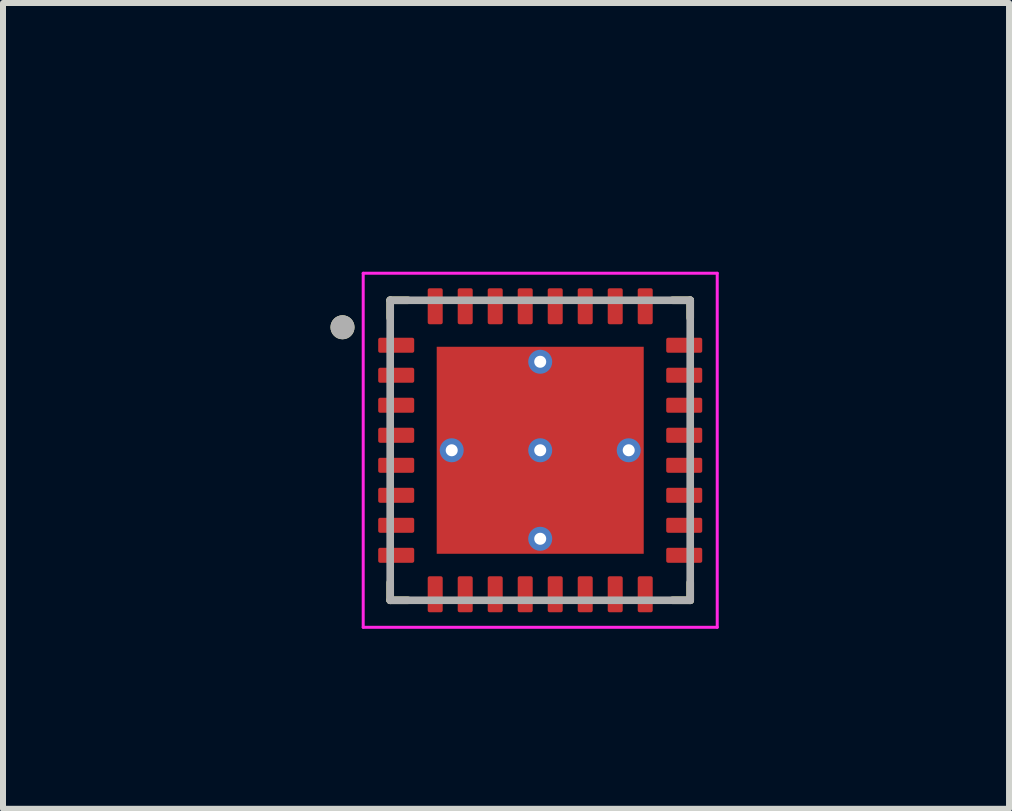
<source format=kicad_pcb>
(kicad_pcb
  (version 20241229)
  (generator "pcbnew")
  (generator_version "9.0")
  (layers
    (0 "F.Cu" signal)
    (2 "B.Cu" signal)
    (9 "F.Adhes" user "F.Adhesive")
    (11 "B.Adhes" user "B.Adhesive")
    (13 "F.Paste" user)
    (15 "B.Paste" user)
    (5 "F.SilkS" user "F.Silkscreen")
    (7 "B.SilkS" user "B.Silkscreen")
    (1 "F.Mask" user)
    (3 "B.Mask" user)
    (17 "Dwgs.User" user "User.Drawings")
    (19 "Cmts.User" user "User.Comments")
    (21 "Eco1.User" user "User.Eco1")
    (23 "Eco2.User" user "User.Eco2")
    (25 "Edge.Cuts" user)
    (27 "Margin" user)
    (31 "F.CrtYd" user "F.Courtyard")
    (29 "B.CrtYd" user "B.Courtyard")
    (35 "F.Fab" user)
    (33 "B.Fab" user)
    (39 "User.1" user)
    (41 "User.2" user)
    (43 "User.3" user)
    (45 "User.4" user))
  (footprint "TUSB2046BIRHBR"
    (layer "F.Cu")
    (at 5.953 4.454)
    (property "Reference" "TUSB2046BIRHBR" (at -0.57 -3.723 0) (layer "User.2") (effects (font (size 0.8 0.8) (thickness 0.15))))
    (attr smd)
    (fp_poly (pts (xy -1.795 -1.795) (xy 1.795 -1.795) (xy 1.795 1.795) (xy -1.795 1.795)) (stroke (width 0.01) (type solid)) (fill yes) (layer "F.Mask"))
    (fp_poly (pts (xy -2.72 -1.945) (xy -2.08 -1.945) (xy -2.077 -1.945) (xy -2.075 -1.945) (xy -2.072 -1.944) (xy -2.07 -1.944) (xy -2.067 -1.943) (xy -2.065 -1.943) (xy -2.062 -1.942) (xy -2.06 -1.941) (xy -2.057 -1.94) (xy -2.055 -1.938) (xy -2.053 -1.937) (xy -2.051 -1.935) (xy -2.049 -1.934) (xy -2.047 -1.932) (xy -2.045 -1.93) (xy -2.043 -1.928) (xy -2.041 -1.926) (xy -2.04 -1.924) (xy -2.038 -1.922) (xy -2.037 -1.92) (xy -2.035 -1.918) (xy -2.034 -1.915) (xy -2.033 -1.913) (xy -2.032 -1.91) (xy -2.032 -1.908) (xy -2.031 -1.905) (xy -2.031 -1.903) (xy -2.03 -1.9) (xy -2.03 -1.898) (xy -2.03 -1.895) (xy -2.03 -1.605) (xy -2.03 -1.602) (xy -2.03 -1.6) (xy -2.031 -1.597) (xy -2.031 -1.595) (xy -2.032 -1.592) (xy -2.032 -1.59) (xy -2.033 -1.587) (xy -2.034 -1.585) (xy -2.035 -1.582) (xy -2.037 -1.58) (xy -2.038 -1.578) (xy -2.04 -1.576) (xy -2.041 -1.574) (xy -2.043 -1.572) (xy -2.045 -1.57) (xy -2.047 -1.568) (xy -2.049 -1.566) (xy -2.051 -1.565) (xy -2.053 -1.563) (xy -2.055 -1.562) (xy -2.057 -1.56) (xy -2.06 -1.559) (xy -2.062 -1.558) (xy -2.065 -1.557) (xy -2.067 -1.557) (xy -2.07 -1.556) (xy -2.072 -1.556) (xy -2.075 -1.555) (xy -2.077 -1.555) (xy -2.08 -1.555) (xy -2.72 -1.555) (xy -2.723 -1.555) (xy -2.725 -1.555) (xy -2.728 -1.556) (xy -2.73 -1.556) (xy -2.733 -1.557) (xy -2.735 -1.557) (xy -2.738 -1.558) (xy -2.74 -1.559) (xy -2.743 -1.56) (xy -2.745 -1.562) (xy -2.747 -1.563) (xy -2.749 -1.565) (xy -2.751 -1.566) (xy -2.753 -1.568) (xy -2.755 -1.57) (xy -2.757 -1.572) (xy -2.759 -1.574) (xy -2.76 -1.576) (xy -2.762 -1.578) (xy -2.763 -1.58) (xy -2.765 -1.582) (xy -2.766 -1.585) (xy -2.767 -1.587) (xy -2.768 -1.59) (xy -2.768 -1.592) (xy -2.769 -1.595) (xy -2.769 -1.597) (xy -2.77 -1.6) (xy -2.77 -1.602) (xy -2.77 -1.605) (xy -2.77 -1.895) (xy -2.77 -1.898) (xy -2.77 -1.9) (xy -2.769 -1.903) (xy -2.769 -1.905) (xy -2.768 -1.908) (xy -2.768 -1.91) (xy -2.767 -1.913) (xy -2.766 -1.915) (xy -2.765 -1.918) (xy -2.763 -1.92) (xy -2.762 -1.922) (xy -2.76 -1.924) (xy -2.759 -1.926) (xy -2.757 -1.928) (xy -2.755 -1.93) (xy -2.753 -1.932) (xy -2.751 -1.934) (xy -2.749 -1.935) (xy -2.747 -1.937) (xy -2.745 -1.938) (xy -2.743 -1.94) (xy -2.74 -1.941) (xy -2.738 -1.942) (xy -2.735 -1.943) (xy -2.733 -1.943) (xy -2.73 -1.944) (xy -2.728 -1.944) (xy -2.725 -1.945) (xy -2.723 -1.945) (xy -2.72 -1.945)) (stroke (width 0.01) (type solid)) (fill yes) (layer "F.Mask"))
    (fp_poly (pts (xy -2.72 -1.445) (xy -2.08 -1.445) (xy -2.077 -1.445) (xy -2.075 -1.445) (xy -2.072 -1.444) (xy -2.07 -1.444) (xy -2.067 -1.443) (xy -2.065 -1.443) (xy -2.062 -1.442) (xy -2.06 -1.441) (xy -2.057 -1.44) (xy -2.055 -1.438) (xy -2.053 -1.437) (xy -2.051 -1.435) (xy -2.049 -1.434) (xy -2.047 -1.432) (xy -2.045 -1.43) (xy -2.043 -1.428) (xy -2.041 -1.426) (xy -2.04 -1.424) (xy -2.038 -1.422) (xy -2.037 -1.42) (xy -2.035 -1.418) (xy -2.034 -1.415) (xy -2.033 -1.413) (xy -2.032 -1.41) (xy -2.032 -1.408) (xy -2.031 -1.405) (xy -2.031 -1.403) (xy -2.03 -1.4) (xy -2.03 -1.398) (xy -2.03 -1.395) (xy -2.03 -1.105) (xy -2.03 -1.102) (xy -2.03 -1.1) (xy -2.031 -1.097) (xy -2.031 -1.095) (xy -2.032 -1.092) (xy -2.032 -1.09) (xy -2.033 -1.087) (xy -2.034 -1.085) (xy -2.035 -1.082) (xy -2.037 -1.08) (xy -2.038 -1.078) (xy -2.04 -1.076) (xy -2.041 -1.074) (xy -2.043 -1.072) (xy -2.045 -1.07) (xy -2.047 -1.068) (xy -2.049 -1.066) (xy -2.051 -1.065) (xy -2.053 -1.063) (xy -2.055 -1.062) (xy -2.057 -1.06) (xy -2.06 -1.059) (xy -2.062 -1.058) (xy -2.065 -1.057) (xy -2.067 -1.057) (xy -2.07 -1.056) (xy -2.072 -1.056) (xy -2.075 -1.055) (xy -2.077 -1.055) (xy -2.08 -1.055) (xy -2.72 -1.055) (xy -2.723 -1.055) (xy -2.725 -1.055) (xy -2.728 -1.056) (xy -2.73 -1.056) (xy -2.733 -1.057) (xy -2.735 -1.057) (xy -2.738 -1.058) (xy -2.74 -1.059) (xy -2.743 -1.06) (xy -2.745 -1.062) (xy -2.747 -1.063) (xy -2.749 -1.065) (xy -2.751 -1.066) (xy -2.753 -1.068) (xy -2.755 -1.07) (xy -2.757 -1.072) (xy -2.759 -1.074) (xy -2.76 -1.076) (xy -2.762 -1.078) (xy -2.763 -1.08) (xy -2.765 -1.082) (xy -2.766 -1.085) (xy -2.767 -1.087) (xy -2.768 -1.09) (xy -2.768 -1.092) (xy -2.769 -1.095) (xy -2.769 -1.097) (xy -2.77 -1.1) (xy -2.77 -1.102) (xy -2.77 -1.105) (xy -2.77 -1.395) (xy -2.77 -1.398) (xy -2.77 -1.4) (xy -2.769 -1.403) (xy -2.769 -1.405) (xy -2.768 -1.408) (xy -2.768 -1.41) (xy -2.767 -1.413) (xy -2.766 -1.415) (xy -2.765 -1.418) (xy -2.763 -1.42) (xy -2.762 -1.422) (xy -2.76 -1.424) (xy -2.759 -1.426) (xy -2.757 -1.428) (xy -2.755 -1.43) (xy -2.753 -1.432) (xy -2.751 -1.434) (xy -2.749 -1.435) (xy -2.747 -1.437) (xy -2.745 -1.438) (xy -2.743 -1.44) (xy -2.74 -1.441) (xy -2.738 -1.442) (xy -2.735 -1.443) (xy -2.733 -1.443) (xy -2.73 -1.444) (xy -2.728 -1.444) (xy -2.725 -1.445) (xy -2.723 -1.445) (xy -2.72 -1.445)) (stroke (width 0.01) (type solid)) (fill yes) (layer "F.Mask"))
    (fp_poly (pts (xy -2.72 -0.945) (xy -2.08 -0.945) (xy -2.077 -0.945) (xy -2.075 -0.945) (xy -2.072 -0.944) (xy -2.07 -0.944) (xy -2.067 -0.943) (xy -2.065 -0.943) (xy -2.062 -0.942) (xy -2.06 -0.941) (xy -2.057 -0.94) (xy -2.055 -0.938) (xy -2.053 -0.937) (xy -2.051 -0.935) (xy -2.049 -0.934) (xy -2.047 -0.932) (xy -2.045 -0.93) (xy -2.043 -0.928) (xy -2.041 -0.926) (xy -2.04 -0.924) (xy -2.038 -0.922) (xy -2.037 -0.92) (xy -2.035 -0.918) (xy -2.034 -0.915) (xy -2.033 -0.913) (xy -2.032 -0.91) (xy -2.032 -0.908) (xy -2.031 -0.905) (xy -2.031 -0.903) (xy -2.03 -0.9) (xy -2.03 -0.898) (xy -2.03 -0.895) (xy -2.03 -0.605) (xy -2.03 -0.602) (xy -2.03 -0.6) (xy -2.031 -0.597) (xy -2.031 -0.595) (xy -2.032 -0.592) (xy -2.032 -0.59) (xy -2.033 -0.587) (xy -2.034 -0.585) (xy -2.035 -0.582) (xy -2.037 -0.58) (xy -2.038 -0.578) (xy -2.04 -0.576) (xy -2.041 -0.574) (xy -2.043 -0.572) (xy -2.045 -0.57) (xy -2.047 -0.568) (xy -2.049 -0.566) (xy -2.051 -0.565) (xy -2.053 -0.563) (xy -2.055 -0.562) (xy -2.057 -0.56) (xy -2.06 -0.559) (xy -2.062 -0.558) (xy -2.065 -0.557) (xy -2.067 -0.557) (xy -2.07 -0.556) (xy -2.072 -0.556) (xy -2.075 -0.555) (xy -2.077 -0.555) (xy -2.08 -0.555) (xy -2.72 -0.555) (xy -2.723 -0.555) (xy -2.725 -0.555) (xy -2.728 -0.556) (xy -2.73 -0.556) (xy -2.733 -0.557) (xy -2.735 -0.557) (xy -2.738 -0.558) (xy -2.74 -0.559) (xy -2.743 -0.56) (xy -2.745 -0.562) (xy -2.747 -0.563) (xy -2.749 -0.565) (xy -2.751 -0.566) (xy -2.753 -0.568) (xy -2.755 -0.57) (xy -2.757 -0.572) (xy -2.759 -0.574) (xy -2.76 -0.576) (xy -2.762 -0.578) (xy -2.763 -0.58) (xy -2.765 -0.582) (xy -2.766 -0.585) (xy -2.767 -0.587) (xy -2.768 -0.59) (xy -2.768 -0.592) (xy -2.769 -0.595) (xy -2.769 -0.597) (xy -2.77 -0.6) (xy -2.77 -0.602) (xy -2.77 -0.605) (xy -2.77 -0.895) (xy -2.77 -0.898) (xy -2.77 -0.9) (xy -2.769 -0.903) (xy -2.769 -0.905) (xy -2.768 -0.908) (xy -2.768 -0.91) (xy -2.767 -0.913) (xy -2.766 -0.915) (xy -2.765 -0.918) (xy -2.763 -0.92) (xy -2.762 -0.922) (xy -2.76 -0.924) (xy -2.759 -0.926) (xy -2.757 -0.928) (xy -2.755 -0.93) (xy -2.753 -0.932) (xy -2.751 -0.934) (xy -2.749 -0.935) (xy -2.747 -0.937) (xy -2.745 -0.938) (xy -2.743 -0.94) (xy -2.74 -0.941) (xy -2.738 -0.942) (xy -2.735 -0.943) (xy -2.733 -0.943) (xy -2.73 -0.944) (xy -2.728 -0.944) (xy -2.725 -0.945) (xy -2.723 -0.945) (xy -2.72 -0.945)) (stroke (width 0.01) (type solid)) (fill yes) (layer "F.Mask"))
    (fp_poly (pts (xy -2.72 -0.445) (xy -2.08 -0.445) (xy -2.077 -0.445) (xy -2.075 -0.445) (xy -2.072 -0.444) (xy -2.07 -0.444) (xy -2.067 -0.443) (xy -2.065 -0.443) (xy -2.062 -0.442) (xy -2.06 -0.441) (xy -2.057 -0.44) (xy -2.055 -0.438) (xy -2.053 -0.437) (xy -2.051 -0.435) (xy -2.049 -0.434) (xy -2.047 -0.432) (xy -2.045 -0.43) (xy -2.043 -0.428) (xy -2.041 -0.426) (xy -2.04 -0.424) (xy -2.038 -0.422) (xy -2.037 -0.42) (xy -2.035 -0.418) (xy -2.034 -0.415) (xy -2.033 -0.413) (xy -2.032 -0.41) (xy -2.032 -0.408) (xy -2.031 -0.405) (xy -2.031 -0.403) (xy -2.03 -0.4) (xy -2.03 -0.398) (xy -2.03 -0.395) (xy -2.03 -0.105) (xy -2.03 -0.102) (xy -2.03 -0.1) (xy -2.031 -0.097) (xy -2.031 -0.095) (xy -2.032 -0.092) (xy -2.032 -0.09) (xy -2.033 -0.087) (xy -2.034 -0.085) (xy -2.035 -0.082) (xy -2.037 -0.08) (xy -2.038 -0.078) (xy -2.04 -0.076) (xy -2.041 -0.074) (xy -2.043 -0.072) (xy -2.045 -0.07) (xy -2.047 -0.068) (xy -2.049 -0.066) (xy -2.051 -0.065) (xy -2.053 -0.063) (xy -2.055 -0.062) (xy -2.057 -0.06) (xy -2.06 -0.059) (xy -2.062 -0.058) (xy -2.065 -0.057) (xy -2.067 -0.057) (xy -2.07 -0.056) (xy -2.072 -0.056) (xy -2.075 -0.055) (xy -2.077 -0.055) (xy -2.08 -0.055) (xy -2.72 -0.055) (xy -2.723 -0.055) (xy -2.725 -0.055) (xy -2.728 -0.056) (xy -2.73 -0.056) (xy -2.733 -0.057) (xy -2.735 -0.057) (xy -2.738 -0.058) (xy -2.74 -0.059) (xy -2.743 -0.06) (xy -2.745 -0.062) (xy -2.747 -0.063) (xy -2.749 -0.065) (xy -2.751 -0.066) (xy -2.753 -0.068) (xy -2.755 -0.07) (xy -2.757 -0.072) (xy -2.759 -0.074) (xy -2.76 -0.076) (xy -2.762 -0.078) (xy -2.763 -0.08) (xy -2.765 -0.082) (xy -2.766 -0.085) (xy -2.767 -0.087) (xy -2.768 -0.09) (xy -2.768 -0.092) (xy -2.769 -0.095) (xy -2.769 -0.097) (xy -2.77 -0.1) (xy -2.77 -0.102) (xy -2.77 -0.105) (xy -2.77 -0.395) (xy -2.77 -0.398) (xy -2.77 -0.4) (xy -2.769 -0.403) (xy -2.769 -0.405) (xy -2.768 -0.408) (xy -2.768 -0.41) (xy -2.767 -0.413) (xy -2.766 -0.415) (xy -2.765 -0.418) (xy -2.763 -0.42) (xy -2.762 -0.422) (xy -2.76 -0.424) (xy -2.759 -0.426) (xy -2.757 -0.428) (xy -2.755 -0.43) (xy -2.753 -0.432) (xy -2.751 -0.434) (xy -2.749 -0.435) (xy -2.747 -0.437) (xy -2.745 -0.438) (xy -2.743 -0.44) (xy -2.74 -0.441) (xy -2.738 -0.442) (xy -2.735 -0.443) (xy -2.733 -0.443) (xy -2.73 -0.444) (xy -2.728 -0.444) (xy -2.725 -0.445) (xy -2.723 -0.445) (xy -2.72 -0.445)) (stroke (width 0.01) (type solid)) (fill yes) (layer "F.Mask"))
    (fp_poly (pts (xy -2.72 0.055) (xy -2.08 0.055) (xy -2.077 0.055) (xy -2.075 0.055) (xy -2.072 0.056) (xy -2.07 0.056) (xy -2.067 0.057) (xy -2.065 0.057) (xy -2.062 0.058) (xy -2.06 0.059) (xy -2.057 0.06) (xy -2.055 0.062) (xy -2.053 0.063) (xy -2.051 0.065) (xy -2.049 0.066) (xy -2.047 0.068) (xy -2.045 0.07) (xy -2.043 0.072) (xy -2.041 0.074) (xy -2.04 0.076) (xy -2.038 0.078) (xy -2.037 0.08) (xy -2.035 0.082) (xy -2.034 0.085) (xy -2.033 0.087) (xy -2.032 0.09) (xy -2.032 0.092) (xy -2.031 0.095) (xy -2.031 0.097) (xy -2.03 0.1) (xy -2.03 0.102) (xy -2.03 0.105) (xy -2.03 0.395) (xy -2.03 0.398) (xy -2.03 0.4) (xy -2.031 0.403) (xy -2.031 0.405) (xy -2.032 0.408) (xy -2.032 0.41) (xy -2.033 0.413) (xy -2.034 0.415) (xy -2.035 0.418) (xy -2.037 0.42) (xy -2.038 0.422) (xy -2.04 0.424) (xy -2.041 0.426) (xy -2.043 0.428) (xy -2.045 0.43) (xy -2.047 0.432) (xy -2.049 0.434) (xy -2.051 0.435) (xy -2.053 0.437) (xy -2.055 0.438) (xy -2.057 0.44) (xy -2.06 0.441) (xy -2.062 0.442) (xy -2.065 0.443) (xy -2.067 0.443) (xy -2.07 0.444) (xy -2.072 0.444) (xy -2.075 0.445) (xy -2.077 0.445) (xy -2.08 0.445) (xy -2.72 0.445) (xy -2.723 0.445) (xy -2.725 0.445) (xy -2.728 0.444) (xy -2.73 0.444) (xy -2.733 0.443) (xy -2.735 0.443) (xy -2.738 0.442) (xy -2.74 0.441) (xy -2.743 0.44) (xy -2.745 0.438) (xy -2.747 0.437) (xy -2.749 0.435) (xy -2.751 0.434) (xy -2.753 0.432) (xy -2.755 0.43) (xy -2.757 0.428) (xy -2.759 0.426) (xy -2.76 0.424) (xy -2.762 0.422) (xy -2.763 0.42) (xy -2.765 0.418) (xy -2.766 0.415) (xy -2.767 0.413) (xy -2.768 0.41) (xy -2.768 0.408) (xy -2.769 0.405) (xy -2.769 0.403) (xy -2.77 0.4) (xy -2.77 0.398) (xy -2.77 0.395) (xy -2.77 0.105) (xy -2.77 0.102) (xy -2.77 0.1) (xy -2.769 0.097) (xy -2.769 0.095) (xy -2.768 0.092) (xy -2.768 0.09) (xy -2.767 0.087) (xy -2.766 0.085) (xy -2.765 0.082) (xy -2.763 0.08) (xy -2.762 0.078) (xy -2.76 0.076) (xy -2.759 0.074) (xy -2.757 0.072) (xy -2.755 0.07) (xy -2.753 0.068) (xy -2.751 0.066) (xy -2.749 0.065) (xy -2.747 0.063) (xy -2.745 0.062) (xy -2.743 0.06) (xy -2.74 0.059) (xy -2.738 0.058) (xy -2.735 0.057) (xy -2.733 0.057) (xy -2.73 0.056) (xy -2.728 0.056) (xy -2.725 0.055) (xy -2.723 0.055) (xy -2.72 0.055)) (stroke (width 0.01) (type solid)) (fill yes) (layer "F.Mask"))
    (fp_poly (pts (xy -2.72 0.555) (xy -2.08 0.555) (xy -2.077 0.555) (xy -2.075 0.555) (xy -2.072 0.556) (xy -2.07 0.556) (xy -2.067 0.557) (xy -2.065 0.557) (xy -2.062 0.558) (xy -2.06 0.559) (xy -2.057 0.56) (xy -2.055 0.562) (xy -2.053 0.563) (xy -2.051 0.565) (xy -2.049 0.566) (xy -2.047 0.568) (xy -2.045 0.57) (xy -2.043 0.572) (xy -2.041 0.574) (xy -2.04 0.576) (xy -2.038 0.578) (xy -2.037 0.58) (xy -2.035 0.582) (xy -2.034 0.585) (xy -2.033 0.587) (xy -2.032 0.59) (xy -2.032 0.592) (xy -2.031 0.595) (xy -2.031 0.597) (xy -2.03 0.6) (xy -2.03 0.602) (xy -2.03 0.605) (xy -2.03 0.895) (xy -2.03 0.898) (xy -2.03 0.9) (xy -2.031 0.903) (xy -2.031 0.905) (xy -2.032 0.908) (xy -2.032 0.91) (xy -2.033 0.913) (xy -2.034 0.915) (xy -2.035 0.918) (xy -2.037 0.92) (xy -2.038 0.922) (xy -2.04 0.924) (xy -2.041 0.926) (xy -2.043 0.928) (xy -2.045 0.93) (xy -2.047 0.932) (xy -2.049 0.934) (xy -2.051 0.935) (xy -2.053 0.937) (xy -2.055 0.938) (xy -2.057 0.94) (xy -2.06 0.941) (xy -2.062 0.942) (xy -2.065 0.943) (xy -2.067 0.943) (xy -2.07 0.944) (xy -2.072 0.944) (xy -2.075 0.945) (xy -2.077 0.945) (xy -2.08 0.945) (xy -2.72 0.945) (xy -2.723 0.945) (xy -2.725 0.945) (xy -2.728 0.944) (xy -2.73 0.944) (xy -2.733 0.943) (xy -2.735 0.943) (xy -2.738 0.942) (xy -2.74 0.941) (xy -2.743 0.94) (xy -2.745 0.938) (xy -2.747 0.937) (xy -2.749 0.935) (xy -2.751 0.934) (xy -2.753 0.932) (xy -2.755 0.93) (xy -2.757 0.928) (xy -2.759 0.926) (xy -2.76 0.924) (xy -2.762 0.922) (xy -2.763 0.92) (xy -2.765 0.918) (xy -2.766 0.915) (xy -2.767 0.913) (xy -2.768 0.91) (xy -2.768 0.908) (xy -2.769 0.905) (xy -2.769 0.903) (xy -2.77 0.9) (xy -2.77 0.898) (xy -2.77 0.895) (xy -2.77 0.605) (xy -2.77 0.602) (xy -2.77 0.6) (xy -2.769 0.597) (xy -2.769 0.595) (xy -2.768 0.592) (xy -2.768 0.59) (xy -2.767 0.587) (xy -2.766 0.585) (xy -2.765 0.582) (xy -2.763 0.58) (xy -2.762 0.578) (xy -2.76 0.576) (xy -2.759 0.574) (xy -2.757 0.572) (xy -2.755 0.57) (xy -2.753 0.568) (xy -2.751 0.566) (xy -2.749 0.565) (xy -2.747 0.563) (xy -2.745 0.562) (xy -2.743 0.56) (xy -2.74 0.559) (xy -2.738 0.558) (xy -2.735 0.557) (xy -2.733 0.557) (xy -2.73 0.556) (xy -2.728 0.556) (xy -2.725 0.555) (xy -2.723 0.555) (xy -2.72 0.555)) (stroke (width 0.01) (type solid)) (fill yes) (layer "F.Mask"))
    (fp_poly (pts (xy -2.72 1.055) (xy -2.08 1.055) (xy -2.077 1.055) (xy -2.075 1.055) (xy -2.072 1.056) (xy -2.07 1.056) (xy -2.067 1.057) (xy -2.065 1.057) (xy -2.062 1.058) (xy -2.06 1.059) (xy -2.057 1.06) (xy -2.055 1.062) (xy -2.053 1.063) (xy -2.051 1.065) (xy -2.049 1.066) (xy -2.047 1.068) (xy -2.045 1.07) (xy -2.043 1.072) (xy -2.041 1.074) (xy -2.04 1.076) (xy -2.038 1.078) (xy -2.037 1.08) (xy -2.035 1.082) (xy -2.034 1.085) (xy -2.033 1.087) (xy -2.032 1.09) (xy -2.032 1.092) (xy -2.031 1.095) (xy -2.031 1.097) (xy -2.03 1.1) (xy -2.03 1.102) (xy -2.03 1.105) (xy -2.03 1.395) (xy -2.03 1.398) (xy -2.03 1.4) (xy -2.031 1.403) (xy -2.031 1.405) (xy -2.032 1.408) (xy -2.032 1.41) (xy -2.033 1.413) (xy -2.034 1.415) (xy -2.035 1.418) (xy -2.037 1.42) (xy -2.038 1.422) (xy -2.04 1.424) (xy -2.041 1.426) (xy -2.043 1.428) (xy -2.045 1.43) (xy -2.047 1.432) (xy -2.049 1.434) (xy -2.051 1.435) (xy -2.053 1.437) (xy -2.055 1.438) (xy -2.057 1.44) (xy -2.06 1.441) (xy -2.062 1.442) (xy -2.065 1.443) (xy -2.067 1.443) (xy -2.07 1.444) (xy -2.072 1.444) (xy -2.075 1.445) (xy -2.077 1.445) (xy -2.08 1.445) (xy -2.72 1.445) (xy -2.723 1.445) (xy -2.725 1.445) (xy -2.728 1.444) (xy -2.73 1.444) (xy -2.733 1.443) (xy -2.735 1.443) (xy -2.738 1.442) (xy -2.74 1.441) (xy -2.743 1.44) (xy -2.745 1.438) (xy -2.747 1.437) (xy -2.749 1.435) (xy -2.751 1.434) (xy -2.753 1.432) (xy -2.755 1.43) (xy -2.757 1.428) (xy -2.759 1.426) (xy -2.76 1.424) (xy -2.762 1.422) (xy -2.763 1.42) (xy -2.765 1.418) (xy -2.766 1.415) (xy -2.767 1.413) (xy -2.768 1.41) (xy -2.768 1.408) (xy -2.769 1.405) (xy -2.769 1.403) (xy -2.77 1.4) (xy -2.77 1.398) (xy -2.77 1.395) (xy -2.77 1.105) (xy -2.77 1.102) (xy -2.77 1.1) (xy -2.769 1.097) (xy -2.769 1.095) (xy -2.768 1.092) (xy -2.768 1.09) (xy -2.767 1.087) (xy -2.766 1.085) (xy -2.765 1.082) (xy -2.763 1.08) (xy -2.762 1.078) (xy -2.76 1.076) (xy -2.759 1.074) (xy -2.757 1.072) (xy -2.755 1.07) (xy -2.753 1.068) (xy -2.751 1.066) (xy -2.749 1.065) (xy -2.747 1.063) (xy -2.745 1.062) (xy -2.743 1.06) (xy -2.74 1.059) (xy -2.738 1.058) (xy -2.735 1.057) (xy -2.733 1.057) (xy -2.73 1.056) (xy -2.728 1.056) (xy -2.725 1.055) (xy -2.723 1.055) (xy -2.72 1.055)) (stroke (width 0.01) (type solid)) (fill yes) (layer "F.Mask"))
    (fp_poly (pts (xy -2.72 1.555) (xy -2.08 1.555) (xy -2.077 1.555) (xy -2.075 1.555) (xy -2.072 1.556) (xy -2.07 1.556) (xy -2.067 1.557) (xy -2.065 1.557) (xy -2.062 1.558) (xy -2.06 1.559) (xy -2.057 1.56) (xy -2.055 1.562) (xy -2.053 1.563) (xy -2.051 1.565) (xy -2.049 1.566) (xy -2.047 1.568) (xy -2.045 1.57) (xy -2.043 1.572) (xy -2.041 1.574) (xy -2.04 1.576) (xy -2.038 1.578) (xy -2.037 1.58) (xy -2.035 1.582) (xy -2.034 1.585) (xy -2.033 1.587) (xy -2.032 1.59) (xy -2.032 1.592) (xy -2.031 1.595) (xy -2.031 1.597) (xy -2.03 1.6) (xy -2.03 1.602) (xy -2.03 1.605) (xy -2.03 1.895) (xy -2.03 1.898) (xy -2.03 1.9) (xy -2.031 1.903) (xy -2.031 1.905) (xy -2.032 1.908) (xy -2.032 1.91) (xy -2.033 1.913) (xy -2.034 1.915) (xy -2.035 1.918) (xy -2.037 1.92) (xy -2.038 1.922) (xy -2.04 1.924) (xy -2.041 1.926) (xy -2.043 1.928) (xy -2.045 1.93) (xy -2.047 1.932) (xy -2.049 1.934) (xy -2.051 1.935) (xy -2.053 1.937) (xy -2.055 1.938) (xy -2.057 1.94) (xy -2.06 1.941) (xy -2.062 1.942) (xy -2.065 1.943) (xy -2.067 1.943) (xy -2.07 1.944) (xy -2.072 1.944) (xy -2.075 1.945) (xy -2.077 1.945) (xy -2.08 1.945) (xy -2.72 1.945) (xy -2.723 1.945) (xy -2.725 1.945) (xy -2.728 1.944) (xy -2.73 1.944) (xy -2.733 1.943) (xy -2.735 1.943) (xy -2.738 1.942) (xy -2.74 1.941) (xy -2.743 1.94) (xy -2.745 1.938) (xy -2.747 1.937) (xy -2.749 1.935) (xy -2.751 1.934) (xy -2.753 1.932) (xy -2.755 1.93) (xy -2.757 1.928) (xy -2.759 1.926) (xy -2.76 1.924) (xy -2.762 1.922) (xy -2.763 1.92) (xy -2.765 1.918) (xy -2.766 1.915) (xy -2.767 1.913) (xy -2.768 1.91) (xy -2.768 1.908) (xy -2.769 1.905) (xy -2.769 1.903) (xy -2.77 1.9) (xy -2.77 1.898) (xy -2.77 1.895) (xy -2.77 1.605) (xy -2.77 1.602) (xy -2.77 1.6) (xy -2.769 1.597) (xy -2.769 1.595) (xy -2.768 1.592) (xy -2.768 1.59) (xy -2.767 1.587) (xy -2.766 1.585) (xy -2.765 1.582) (xy -2.763 1.58) (xy -2.762 1.578) (xy -2.76 1.576) (xy -2.759 1.574) (xy -2.757 1.572) (xy -2.755 1.57) (xy -2.753 1.568) (xy -2.751 1.566) (xy -2.749 1.565) (xy -2.747 1.563) (xy -2.745 1.562) (xy -2.743 1.56) (xy -2.74 1.559) (xy -2.738 1.558) (xy -2.735 1.557) (xy -2.733 1.557) (xy -2.73 1.556) (xy -2.728 1.556) (xy -2.725 1.555) (xy -2.723 1.555) (xy -2.72 1.555)) (stroke (width 0.01) (type solid)) (fill yes) (layer "F.Mask"))
    (fp_poly (pts (xy -1.945 -2.08) (xy -1.945 -2.72) (xy -1.945 -2.723) (xy -1.945 -2.725) (xy -1.944 -2.728) (xy -1.944 -2.73) (xy -1.943 -2.733) (xy -1.943 -2.735) (xy -1.942 -2.738) (xy -1.941 -2.74) (xy -1.94 -2.743) (xy -1.938 -2.745) (xy -1.937 -2.747) (xy -1.935 -2.749) (xy -1.934 -2.751) (xy -1.932 -2.753) (xy -1.93 -2.755) (xy -1.928 -2.757) (xy -1.926 -2.759) (xy -1.924 -2.76) (xy -1.922 -2.762) (xy -1.92 -2.763) (xy -1.918 -2.765) (xy -1.915 -2.766) (xy -1.913 -2.767) (xy -1.91 -2.768) (xy -1.908 -2.768) (xy -1.905 -2.769) (xy -1.903 -2.769) (xy -1.9 -2.77) (xy -1.898 -2.77) (xy -1.895 -2.77) (xy -1.605 -2.77) (xy -1.602 -2.77) (xy -1.6 -2.77) (xy -1.597 -2.769) (xy -1.595 -2.769) (xy -1.592 -2.768) (xy -1.59 -2.768) (xy -1.587 -2.767) (xy -1.585 -2.766) (xy -1.582 -2.765) (xy -1.58 -2.763) (xy -1.578 -2.762) (xy -1.576 -2.76) (xy -1.574 -2.759) (xy -1.572 -2.757) (xy -1.57 -2.755) (xy -1.568 -2.753) (xy -1.566 -2.751) (xy -1.565 -2.749) (xy -1.563 -2.747) (xy -1.562 -2.745) (xy -1.56 -2.743) (xy -1.559 -2.74) (xy -1.558 -2.738) (xy -1.557 -2.735) (xy -1.557 -2.733) (xy -1.556 -2.73) (xy -1.556 -2.728) (xy -1.555 -2.725) (xy -1.555 -2.723) (xy -1.555 -2.72) (xy -1.555 -2.08) (xy -1.555 -2.077) (xy -1.555 -2.075) (xy -1.556 -2.072) (xy -1.556 -2.07) (xy -1.557 -2.067) (xy -1.557 -2.065) (xy -1.558 -2.062) (xy -1.559 -2.06) (xy -1.56 -2.057) (xy -1.562 -2.055) (xy -1.563 -2.053) (xy -1.565 -2.051) (xy -1.566 -2.049) (xy -1.568 -2.047) (xy -1.57 -2.045) (xy -1.572 -2.043) (xy -1.574 -2.041) (xy -1.576 -2.04) (xy -1.578 -2.038) (xy -1.58 -2.037) (xy -1.582 -2.035) (xy -1.585 -2.034) (xy -1.587 -2.033) (xy -1.59 -2.032) (xy -1.592 -2.032) (xy -1.595 -2.031) (xy -1.597 -2.031) (xy -1.6 -2.03) (xy -1.602 -2.03) (xy -1.605 -2.03) (xy -1.895 -2.03) (xy -1.898 -2.03) (xy -1.9 -2.03) (xy -1.903 -2.031) (xy -1.905 -2.031) (xy -1.908 -2.032) (xy -1.91 -2.032) (xy -1.913 -2.033) (xy -1.915 -2.034) (xy -1.918 -2.035) (xy -1.92 -2.037) (xy -1.922 -2.038) (xy -1.924 -2.04) (xy -1.926 -2.041) (xy -1.928 -2.043) (xy -1.93 -2.045) (xy -1.932 -2.047) (xy -1.934 -2.049) (xy -1.935 -2.051) (xy -1.937 -2.053) (xy -1.938 -2.055) (xy -1.94 -2.057) (xy -1.941 -2.06) (xy -1.942 -2.062) (xy -1.943 -2.065) (xy -1.943 -2.067) (xy -1.944 -2.07) (xy -1.944 -2.072) (xy -1.945 -2.075) (xy -1.945 -2.077) (xy -1.945 -2.08)) (stroke (width 0.01) (type solid)) (fill yes) (layer "F.Mask"))
    (fp_poly (pts (xy -1.945 2.72) (xy -1.945 2.08) (xy -1.945 2.077) (xy -1.945 2.075) (xy -1.944 2.072) (xy -1.944 2.07) (xy -1.943 2.067) (xy -1.943 2.065) (xy -1.942 2.062) (xy -1.941 2.06) (xy -1.94 2.057) (xy -1.938 2.055) (xy -1.937 2.053) (xy -1.935 2.051) (xy -1.934 2.049) (xy -1.932 2.047) (xy -1.93 2.045) (xy -1.928 2.043) (xy -1.926 2.041) (xy -1.924 2.04) (xy -1.922 2.038) (xy -1.92 2.037) (xy -1.918 2.035) (xy -1.915 2.034) (xy -1.913 2.033) (xy -1.91 2.032) (xy -1.908 2.032) (xy -1.905 2.031) (xy -1.903 2.031) (xy -1.9 2.03) (xy -1.898 2.03) (xy -1.895 2.03) (xy -1.605 2.03) (xy -1.602 2.03) (xy -1.6 2.03) (xy -1.597 2.031) (xy -1.595 2.031) (xy -1.592 2.032) (xy -1.59 2.032) (xy -1.587 2.033) (xy -1.585 2.034) (xy -1.582 2.035) (xy -1.58 2.037) (xy -1.578 2.038) (xy -1.576 2.04) (xy -1.574 2.041) (xy -1.572 2.043) (xy -1.57 2.045) (xy -1.568 2.047) (xy -1.566 2.049) (xy -1.565 2.051) (xy -1.563 2.053) (xy -1.562 2.055) (xy -1.56 2.057) (xy -1.559 2.06) (xy -1.558 2.062) (xy -1.557 2.065) (xy -1.557 2.067) (xy -1.556 2.07) (xy -1.556 2.072) (xy -1.555 2.075) (xy -1.555 2.077) (xy -1.555 2.08) (xy -1.555 2.72) (xy -1.555 2.723) (xy -1.555 2.725) (xy -1.556 2.728) (xy -1.556 2.73) (xy -1.557 2.733) (xy -1.557 2.735) (xy -1.558 2.738) (xy -1.559 2.74) (xy -1.56 2.743) (xy -1.562 2.745) (xy -1.563 2.747) (xy -1.565 2.749) (xy -1.566 2.751) (xy -1.568 2.753) (xy -1.57 2.755) (xy -1.572 2.757) (xy -1.574 2.759) (xy -1.576 2.76) (xy -1.578 2.762) (xy -1.58 2.763) (xy -1.582 2.765) (xy -1.585 2.766) (xy -1.587 2.767) (xy -1.59 2.768) (xy -1.592 2.768) (xy -1.595 2.769) (xy -1.597 2.769) (xy -1.6 2.77) (xy -1.602 2.77) (xy -1.605 2.77) (xy -1.895 2.77) (xy -1.898 2.77) (xy -1.9 2.77) (xy -1.903 2.769) (xy -1.905 2.769) (xy -1.908 2.768) (xy -1.91 2.768) (xy -1.913 2.767) (xy -1.915 2.766) (xy -1.918 2.765) (xy -1.92 2.763) (xy -1.922 2.762) (xy -1.924 2.76) (xy -1.926 2.759) (xy -1.928 2.757) (xy -1.93 2.755) (xy -1.932 2.753) (xy -1.934 2.751) (xy -1.935 2.749) (xy -1.937 2.747) (xy -1.938 2.745) (xy -1.94 2.743) (xy -1.941 2.74) (xy -1.942 2.738) (xy -1.943 2.735) (xy -1.943 2.733) (xy -1.944 2.73) (xy -1.944 2.728) (xy -1.945 2.725) (xy -1.945 2.723) (xy -1.945 2.72)) (stroke (width 0.01) (type solid)) (fill yes) (layer "F.Mask"))
    (fp_poly (pts (xy -1.445 -2.08) (xy -1.445 -2.72) (xy -1.445 -2.723) (xy -1.445 -2.725) (xy -1.444 -2.728) (xy -1.444 -2.73) (xy -1.443 -2.733) (xy -1.443 -2.735) (xy -1.442 -2.738) (xy -1.441 -2.74) (xy -1.44 -2.743) (xy -1.438 -2.745) (xy -1.437 -2.747) (xy -1.435 -2.749) (xy -1.434 -2.751) (xy -1.432 -2.753) (xy -1.43 -2.755) (xy -1.428 -2.757) (xy -1.426 -2.759) (xy -1.424 -2.76) (xy -1.422 -2.762) (xy -1.42 -2.763) (xy -1.418 -2.765) (xy -1.415 -2.766) (xy -1.413 -2.767) (xy -1.41 -2.768) (xy -1.408 -2.768) (xy -1.405 -2.769) (xy -1.403 -2.769) (xy -1.4 -2.77) (xy -1.398 -2.77) (xy -1.395 -2.77) (xy -1.105 -2.77) (xy -1.102 -2.77) (xy -1.1 -2.77) (xy -1.097 -2.769) (xy -1.095 -2.769) (xy -1.092 -2.768) (xy -1.09 -2.768) (xy -1.087 -2.767) (xy -1.085 -2.766) (xy -1.082 -2.765) (xy -1.08 -2.763) (xy -1.078 -2.762) (xy -1.076 -2.76) (xy -1.074 -2.759) (xy -1.072 -2.757) (xy -1.07 -2.755) (xy -1.068 -2.753) (xy -1.066 -2.751) (xy -1.065 -2.749) (xy -1.063 -2.747) (xy -1.062 -2.745) (xy -1.06 -2.743) (xy -1.059 -2.74) (xy -1.058 -2.738) (xy -1.057 -2.735) (xy -1.057 -2.733) (xy -1.056 -2.73) (xy -1.056 -2.728) (xy -1.055 -2.725) (xy -1.055 -2.723) (xy -1.055 -2.72) (xy -1.055 -2.08) (xy -1.055 -2.077) (xy -1.055 -2.075) (xy -1.056 -2.072) (xy -1.056 -2.07) (xy -1.057 -2.067) (xy -1.057 -2.065) (xy -1.058 -2.062) (xy -1.059 -2.06) (xy -1.06 -2.057) (xy -1.062 -2.055) (xy -1.063 -2.053) (xy -1.065 -2.051) (xy -1.066 -2.049) (xy -1.068 -2.047) (xy -1.07 -2.045) (xy -1.072 -2.043) (xy -1.074 -2.041) (xy -1.076 -2.04) (xy -1.078 -2.038) (xy -1.08 -2.037) (xy -1.082 -2.035) (xy -1.085 -2.034) (xy -1.087 -2.033) (xy -1.09 -2.032) (xy -1.092 -2.032) (xy -1.095 -2.031) (xy -1.097 -2.031) (xy -1.1 -2.03) (xy -1.102 -2.03) (xy -1.105 -2.03) (xy -1.395 -2.03) (xy -1.398 -2.03) (xy -1.4 -2.03) (xy -1.403 -2.031) (xy -1.405 -2.031) (xy -1.408 -2.032) (xy -1.41 -2.032) (xy -1.413 -2.033) (xy -1.415 -2.034) (xy -1.418 -2.035) (xy -1.42 -2.037) (xy -1.422 -2.038) (xy -1.424 -2.04) (xy -1.426 -2.041) (xy -1.428 -2.043) (xy -1.43 -2.045) (xy -1.432 -2.047) (xy -1.434 -2.049) (xy -1.435 -2.051) (xy -1.437 -2.053) (xy -1.438 -2.055) (xy -1.44 -2.057) (xy -1.441 -2.06) (xy -1.442 -2.062) (xy -1.443 -2.065) (xy -1.443 -2.067) (xy -1.444 -2.07) (xy -1.444 -2.072) (xy -1.445 -2.075) (xy -1.445 -2.077) (xy -1.445 -2.08)) (stroke (width 0.01) (type solid)) (fill yes) (layer "F.Mask"))
    (fp_poly (pts (xy -1.445 2.72) (xy -1.445 2.08) (xy -1.445 2.077) (xy -1.445 2.075) (xy -1.444 2.072) (xy -1.444 2.07) (xy -1.443 2.067) (xy -1.443 2.065) (xy -1.442 2.062) (xy -1.441 2.06) (xy -1.44 2.057) (xy -1.438 2.055) (xy -1.437 2.053) (xy -1.435 2.051) (xy -1.434 2.049) (xy -1.432 2.047) (xy -1.43 2.045) (xy -1.428 2.043) (xy -1.426 2.041) (xy -1.424 2.04) (xy -1.422 2.038) (xy -1.42 2.037) (xy -1.418 2.035) (xy -1.415 2.034) (xy -1.413 2.033) (xy -1.41 2.032) (xy -1.408 2.032) (xy -1.405 2.031) (xy -1.403 2.031) (xy -1.4 2.03) (xy -1.398 2.03) (xy -1.395 2.03) (xy -1.105 2.03) (xy -1.102 2.03) (xy -1.1 2.03) (xy -1.097 2.031) (xy -1.095 2.031) (xy -1.092 2.032) (xy -1.09 2.032) (xy -1.087 2.033) (xy -1.085 2.034) (xy -1.082 2.035) (xy -1.08 2.037) (xy -1.078 2.038) (xy -1.076 2.04) (xy -1.074 2.041) (xy -1.072 2.043) (xy -1.07 2.045) (xy -1.068 2.047) (xy -1.066 2.049) (xy -1.065 2.051) (xy -1.063 2.053) (xy -1.062 2.055) (xy -1.06 2.057) (xy -1.059 2.06) (xy -1.058 2.062) (xy -1.057 2.065) (xy -1.057 2.067) (xy -1.056 2.07) (xy -1.056 2.072) (xy -1.055 2.075) (xy -1.055 2.077) (xy -1.055 2.08) (xy -1.055 2.72) (xy -1.055 2.723) (xy -1.055 2.725) (xy -1.056 2.728) (xy -1.056 2.73) (xy -1.057 2.733) (xy -1.057 2.735) (xy -1.058 2.738) (xy -1.059 2.74) (xy -1.06 2.743) (xy -1.062 2.745) (xy -1.063 2.747) (xy -1.065 2.749) (xy -1.066 2.751) (xy -1.068 2.753) (xy -1.07 2.755) (xy -1.072 2.757) (xy -1.074 2.759) (xy -1.076 2.76) (xy -1.078 2.762) (xy -1.08 2.763) (xy -1.082 2.765) (xy -1.085 2.766) (xy -1.087 2.767) (xy -1.09 2.768) (xy -1.092 2.768) (xy -1.095 2.769) (xy -1.097 2.769) (xy -1.1 2.77) (xy -1.102 2.77) (xy -1.105 2.77) (xy -1.395 2.77) (xy -1.398 2.77) (xy -1.4 2.77) (xy -1.403 2.769) (xy -1.405 2.769) (xy -1.408 2.768) (xy -1.41 2.768) (xy -1.413 2.767) (xy -1.415 2.766) (xy -1.418 2.765) (xy -1.42 2.763) (xy -1.422 2.762) (xy -1.424 2.76) (xy -1.426 2.759) (xy -1.428 2.757) (xy -1.43 2.755) (xy -1.432 2.753) (xy -1.434 2.751) (xy -1.435 2.749) (xy -1.437 2.747) (xy -1.438 2.745) (xy -1.44 2.743) (xy -1.441 2.74) (xy -1.442 2.738) (xy -1.443 2.735) (xy -1.443 2.733) (xy -1.444 2.73) (xy -1.444 2.728) (xy -1.445 2.725) (xy -1.445 2.723) (xy -1.445 2.72)) (stroke (width 0.01) (type solid)) (fill yes) (layer "F.Mask"))
    (fp_poly (pts (xy -0.945 -2.08) (xy -0.945 -2.72) (xy -0.945 -2.723) (xy -0.945 -2.725) (xy -0.944 -2.728) (xy -0.944 -2.73) (xy -0.943 -2.733) (xy -0.943 -2.735) (xy -0.942 -2.738) (xy -0.941 -2.74) (xy -0.94 -2.743) (xy -0.938 -2.745) (xy -0.937 -2.747) (xy -0.935 -2.749) (xy -0.934 -2.751) (xy -0.932 -2.753) (xy -0.93 -2.755) (xy -0.928 -2.757) (xy -0.926 -2.759) (xy -0.924 -2.76) (xy -0.922 -2.762) (xy -0.92 -2.763) (xy -0.918 -2.765) (xy -0.915 -2.766) (xy -0.913 -2.767) (xy -0.91 -2.768) (xy -0.908 -2.768) (xy -0.905 -2.769) (xy -0.903 -2.769) (xy -0.9 -2.77) (xy -0.898 -2.77) (xy -0.895 -2.77) (xy -0.605 -2.77) (xy -0.602 -2.77) (xy -0.6 -2.77) (xy -0.597 -2.769) (xy -0.595 -2.769) (xy -0.592 -2.768) (xy -0.59 -2.768) (xy -0.587 -2.767) (xy -0.585 -2.766) (xy -0.582 -2.765) (xy -0.58 -2.763) (xy -0.578 -2.762) (xy -0.576 -2.76) (xy -0.574 -2.759) (xy -0.572 -2.757) (xy -0.57 -2.755) (xy -0.568 -2.753) (xy -0.566 -2.751) (xy -0.565 -2.749) (xy -0.563 -2.747) (xy -0.562 -2.745) (xy -0.56 -2.743) (xy -0.559 -2.74) (xy -0.558 -2.738) (xy -0.557 -2.735) (xy -0.557 -2.733) (xy -0.556 -2.73) (xy -0.556 -2.728) (xy -0.555 -2.725) (xy -0.555 -2.723) (xy -0.555 -2.72) (xy -0.555 -2.08) (xy -0.555 -2.077) (xy -0.555 -2.075) (xy -0.556 -2.072) (xy -0.556 -2.07) (xy -0.557 -2.067) (xy -0.557 -2.065) (xy -0.558 -2.062) (xy -0.559 -2.06) (xy -0.56 -2.057) (xy -0.562 -2.055) (xy -0.563 -2.053) (xy -0.565 -2.051) (xy -0.566 -2.049) (xy -0.568 -2.047) (xy -0.57 -2.045) (xy -0.572 -2.043) (xy -0.574 -2.041) (xy -0.576 -2.04) (xy -0.578 -2.038) (xy -0.58 -2.037) (xy -0.582 -2.035) (xy -0.585 -2.034) (xy -0.587 -2.033) (xy -0.59 -2.032) (xy -0.592 -2.032) (xy -0.595 -2.031) (xy -0.597 -2.031) (xy -0.6 -2.03) (xy -0.602 -2.03) (xy -0.605 -2.03) (xy -0.895 -2.03) (xy -0.898 -2.03) (xy -0.9 -2.03) (xy -0.903 -2.031) (xy -0.905 -2.031) (xy -0.908 -2.032) (xy -0.91 -2.032) (xy -0.913 -2.033) (xy -0.915 -2.034) (xy -0.918 -2.035) (xy -0.92 -2.037) (xy -0.922 -2.038) (xy -0.924 -2.04) (xy -0.926 -2.041) (xy -0.928 -2.043) (xy -0.93 -2.045) (xy -0.932 -2.047) (xy -0.934 -2.049) (xy -0.935 -2.051) (xy -0.937 -2.053) (xy -0.938 -2.055) (xy -0.94 -2.057) (xy -0.941 -2.06) (xy -0.942 -2.062) (xy -0.943 -2.065) (xy -0.943 -2.067) (xy -0.944 -2.07) (xy -0.944 -2.072) (xy -0.945 -2.075) (xy -0.945 -2.077) (xy -0.945 -2.08)) (stroke (width 0.01) (type solid)) (fill yes) (layer "F.Mask"))
    (fp_poly (pts (xy -0.945 2.72) (xy -0.945 2.08) (xy -0.945 2.077) (xy -0.945 2.075) (xy -0.944 2.072) (xy -0.944 2.07) (xy -0.943 2.067) (xy -0.943 2.065) (xy -0.942 2.062) (xy -0.941 2.06) (xy -0.94 2.057) (xy -0.938 2.055) (xy -0.937 2.053) (xy -0.935 2.051) (xy -0.934 2.049) (xy -0.932 2.047) (xy -0.93 2.045) (xy -0.928 2.043) (xy -0.926 2.041) (xy -0.924 2.04) (xy -0.922 2.038) (xy -0.92 2.037) (xy -0.918 2.035) (xy -0.915 2.034) (xy -0.913 2.033) (xy -0.91 2.032) (xy -0.908 2.032) (xy -0.905 2.031) (xy -0.903 2.031) (xy -0.9 2.03) (xy -0.898 2.03) (xy -0.895 2.03) (xy -0.605 2.03) (xy -0.602 2.03) (xy -0.6 2.03) (xy -0.597 2.031) (xy -0.595 2.031) (xy -0.592 2.032) (xy -0.59 2.032) (xy -0.587 2.033) (xy -0.585 2.034) (xy -0.582 2.035) (xy -0.58 2.037) (xy -0.578 2.038) (xy -0.576 2.04) (xy -0.574 2.041) (xy -0.572 2.043) (xy -0.57 2.045) (xy -0.568 2.047) (xy -0.566 2.049) (xy -0.565 2.051) (xy -0.563 2.053) (xy -0.562 2.055) (xy -0.56 2.057) (xy -0.559 2.06) (xy -0.558 2.062) (xy -0.557 2.065) (xy -0.557 2.067) (xy -0.556 2.07) (xy -0.556 2.072) (xy -0.555 2.075) (xy -0.555 2.077) (xy -0.555 2.08) (xy -0.555 2.72) (xy -0.555 2.723) (xy -0.555 2.725) (xy -0.556 2.728) (xy -0.556 2.73) (xy -0.557 2.733) (xy -0.557 2.735) (xy -0.558 2.738) (xy -0.559 2.74) (xy -0.56 2.743) (xy -0.562 2.745) (xy -0.563 2.747) (xy -0.565 2.749) (xy -0.566 2.751) (xy -0.568 2.753) (xy -0.57 2.755) (xy -0.572 2.757) (xy -0.574 2.759) (xy -0.576 2.76) (xy -0.578 2.762) (xy -0.58 2.763) (xy -0.582 2.765) (xy -0.585 2.766) (xy -0.587 2.767) (xy -0.59 2.768) (xy -0.592 2.768) (xy -0.595 2.769) (xy -0.597 2.769) (xy -0.6 2.77) (xy -0.602 2.77) (xy -0.605 2.77) (xy -0.895 2.77) (xy -0.898 2.77) (xy -0.9 2.77) (xy -0.903 2.769) (xy -0.905 2.769) (xy -0.908 2.768) (xy -0.91 2.768) (xy -0.913 2.767) (xy -0.915 2.766) (xy -0.918 2.765) (xy -0.92 2.763) (xy -0.922 2.762) (xy -0.924 2.76) (xy -0.926 2.759) (xy -0.928 2.757) (xy -0.93 2.755) (xy -0.932 2.753) (xy -0.934 2.751) (xy -0.935 2.749) (xy -0.937 2.747) (xy -0.938 2.745) (xy -0.94 2.743) (xy -0.941 2.74) (xy -0.942 2.738) (xy -0.943 2.735) (xy -0.943 2.733) (xy -0.944 2.73) (xy -0.944 2.728) (xy -0.945 2.725) (xy -0.945 2.723) (xy -0.945 2.72)) (stroke (width 0.01) (type solid)) (fill yes) (layer "F.Mask"))
    (fp_poly (pts (xy -0.445 -2.08) (xy -0.445 -2.72) (xy -0.445 -2.723) (xy -0.445 -2.725) (xy -0.444 -2.728) (xy -0.444 -2.73) (xy -0.443 -2.733) (xy -0.443 -2.735) (xy -0.442 -2.738) (xy -0.441 -2.74) (xy -0.44 -2.743) (xy -0.438 -2.745) (xy -0.437 -2.747) (xy -0.435 -2.749) (xy -0.434 -2.751) (xy -0.432 -2.753) (xy -0.43 -2.755) (xy -0.428 -2.757) (xy -0.426 -2.759) (xy -0.424 -2.76) (xy -0.422 -2.762) (xy -0.42 -2.763) (xy -0.418 -2.765) (xy -0.415 -2.766) (xy -0.413 -2.767) (xy -0.41 -2.768) (xy -0.408 -2.768) (xy -0.405 -2.769) (xy -0.403 -2.769) (xy -0.4 -2.77) (xy -0.398 -2.77) (xy -0.395 -2.77) (xy -0.105 -2.77) (xy -0.102 -2.77) (xy -0.1 -2.77) (xy -0.097 -2.769) (xy -0.095 -2.769) (xy -0.092 -2.768) (xy -0.09 -2.768) (xy -0.087 -2.767) (xy -0.085 -2.766) (xy -0.082 -2.765) (xy -0.08 -2.763) (xy -0.078 -2.762) (xy -0.076 -2.76) (xy -0.074 -2.759) (xy -0.072 -2.757) (xy -0.07 -2.755) (xy -0.068 -2.753) (xy -0.066 -2.751) (xy -0.065 -2.749) (xy -0.063 -2.747) (xy -0.062 -2.745) (xy -0.06 -2.743) (xy -0.059 -2.74) (xy -0.058 -2.738) (xy -0.057 -2.735) (xy -0.057 -2.733) (xy -0.056 -2.73) (xy -0.056 -2.728) (xy -0.055 -2.725) (xy -0.055 -2.723) (xy -0.055 -2.72) (xy -0.055 -2.08) (xy -0.055 -2.077) (xy -0.055 -2.075) (xy -0.056 -2.072) (xy -0.056 -2.07) (xy -0.057 -2.067) (xy -0.057 -2.065) (xy -0.058 -2.062) (xy -0.059 -2.06) (xy -0.06 -2.057) (xy -0.062 -2.055) (xy -0.063 -2.053) (xy -0.065 -2.051) (xy -0.066 -2.049) (xy -0.068 -2.047) (xy -0.07 -2.045) (xy -0.072 -2.043) (xy -0.074 -2.041) (xy -0.076 -2.04) (xy -0.078 -2.038) (xy -0.08 -2.037) (xy -0.082 -2.035) (xy -0.085 -2.034) (xy -0.087 -2.033) (xy -0.09 -2.032) (xy -0.092 -2.032) (xy -0.095 -2.031) (xy -0.097 -2.031) (xy -0.1 -2.03) (xy -0.102 -2.03) (xy -0.105 -2.03) (xy -0.395 -2.03) (xy -0.398 -2.03) (xy -0.4 -2.03) (xy -0.403 -2.031) (xy -0.405 -2.031) (xy -0.408 -2.032) (xy -0.41 -2.032) (xy -0.413 -2.033) (xy -0.415 -2.034) (xy -0.418 -2.035) (xy -0.42 -2.037) (xy -0.422 -2.038) (xy -0.424 -2.04) (xy -0.426 -2.041) (xy -0.428 -2.043) (xy -0.43 -2.045) (xy -0.432 -2.047) (xy -0.434 -2.049) (xy -0.435 -2.051) (xy -0.437 -2.053) (xy -0.438 -2.055) (xy -0.44 -2.057) (xy -0.441 -2.06) (xy -0.442 -2.062) (xy -0.443 -2.065) (xy -0.443 -2.067) (xy -0.444 -2.07) (xy -0.444 -2.072) (xy -0.445 -2.075) (xy -0.445 -2.077) (xy -0.445 -2.08)) (stroke (width 0.01) (type solid)) (fill yes) (layer "F.Mask"))
    (fp_poly (pts (xy -0.445 2.72) (xy -0.445 2.08) (xy -0.445 2.077) (xy -0.445 2.075) (xy -0.444 2.072) (xy -0.444 2.07) (xy -0.443 2.067) (xy -0.443 2.065) (xy -0.442 2.062) (xy -0.441 2.06) (xy -0.44 2.057) (xy -0.438 2.055) (xy -0.437 2.053) (xy -0.435 2.051) (xy -0.434 2.049) (xy -0.432 2.047) (xy -0.43 2.045) (xy -0.428 2.043) (xy -0.426 2.041) (xy -0.424 2.04) (xy -0.422 2.038) (xy -0.42 2.037) (xy -0.418 2.035) (xy -0.415 2.034) (xy -0.413 2.033) (xy -0.41 2.032) (xy -0.408 2.032) (xy -0.405 2.031) (xy -0.403 2.031) (xy -0.4 2.03) (xy -0.398 2.03) (xy -0.395 2.03) (xy -0.105 2.03) (xy -0.102 2.03) (xy -0.1 2.03) (xy -0.097 2.031) (xy -0.095 2.031) (xy -0.092 2.032) (xy -0.09 2.032) (xy -0.087 2.033) (xy -0.085 2.034) (xy -0.082 2.035) (xy -0.08 2.037) (xy -0.078 2.038) (xy -0.076 2.04) (xy -0.074 2.041) (xy -0.072 2.043) (xy -0.07 2.045) (xy -0.068 2.047) (xy -0.066 2.049) (xy -0.065 2.051) (xy -0.063 2.053) (xy -0.062 2.055) (xy -0.06 2.057) (xy -0.059 2.06) (xy -0.058 2.062) (xy -0.057 2.065) (xy -0.057 2.067) (xy -0.056 2.07) (xy -0.056 2.072) (xy -0.055 2.075) (xy -0.055 2.077) (xy -0.055 2.08) (xy -0.055 2.72) (xy -0.055 2.723) (xy -0.055 2.725) (xy -0.056 2.728) (xy -0.056 2.73) (xy -0.057 2.733) (xy -0.057 2.735) (xy -0.058 2.738) (xy -0.059 2.74) (xy -0.06 2.743) (xy -0.062 2.745) (xy -0.063 2.747) (xy -0.065 2.749) (xy -0.066 2.751) (xy -0.068 2.753) (xy -0.07 2.755) (xy -0.072 2.757) (xy -0.074 2.759) (xy -0.076 2.76) (xy -0.078 2.762) (xy -0.08 2.763) (xy -0.082 2.765) (xy -0.085 2.766) (xy -0.087 2.767) (xy -0.09 2.768) (xy -0.092 2.768) (xy -0.095 2.769) (xy -0.097 2.769) (xy -0.1 2.77) (xy -0.102 2.77) (xy -0.105 2.77) (xy -0.395 2.77) (xy -0.398 2.77) (xy -0.4 2.77) (xy -0.403 2.769) (xy -0.405 2.769) (xy -0.408 2.768) (xy -0.41 2.768) (xy -0.413 2.767) (xy -0.415 2.766) (xy -0.418 2.765) (xy -0.42 2.763) (xy -0.422 2.762) (xy -0.424 2.76) (xy -0.426 2.759) (xy -0.428 2.757) (xy -0.43 2.755) (xy -0.432 2.753) (xy -0.434 2.751) (xy -0.435 2.749) (xy -0.437 2.747) (xy -0.438 2.745) (xy -0.44 2.743) (xy -0.441 2.74) (xy -0.442 2.738) (xy -0.443 2.735) (xy -0.443 2.733) (xy -0.444 2.73) (xy -0.444 2.728) (xy -0.445 2.725) (xy -0.445 2.723) (xy -0.445 2.72)) (stroke (width 0.01) (type solid)) (fill yes) (layer "F.Mask"))
    (fp_poly (pts (xy 0.055 -2.08) (xy 0.055 -2.72) (xy 0.055 -2.723) (xy 0.055 -2.725) (xy 0.056 -2.728) (xy 0.056 -2.73) (xy 0.057 -2.733) (xy 0.057 -2.735) (xy 0.058 -2.738) (xy 0.059 -2.74) (xy 0.06 -2.743) (xy 0.062 -2.745) (xy 0.063 -2.747) (xy 0.065 -2.749) (xy 0.066 -2.751) (xy 0.068 -2.753) (xy 0.07 -2.755) (xy 0.072 -2.757) (xy 0.074 -2.759) (xy 0.076 -2.76) (xy 0.078 -2.762) (xy 0.08 -2.763) (xy 0.082 -2.765) (xy 0.085 -2.766) (xy 0.087 -2.767) (xy 0.09 -2.768) (xy 0.092 -2.768) (xy 0.095 -2.769) (xy 0.097 -2.769) (xy 0.1 -2.77) (xy 0.102 -2.77) (xy 0.105 -2.77) (xy 0.395 -2.77) (xy 0.398 -2.77) (xy 0.4 -2.77) (xy 0.403 -2.769) (xy 0.405 -2.769) (xy 0.408 -2.768) (xy 0.41 -2.768) (xy 0.413 -2.767) (xy 0.415 -2.766) (xy 0.418 -2.765) (xy 0.42 -2.763) (xy 0.422 -2.762) (xy 0.424 -2.76) (xy 0.426 -2.759) (xy 0.428 -2.757) (xy 0.43 -2.755) (xy 0.432 -2.753) (xy 0.434 -2.751) (xy 0.435 -2.749) (xy 0.437 -2.747) (xy 0.438 -2.745) (xy 0.44 -2.743) (xy 0.441 -2.74) (xy 0.442 -2.738) (xy 0.443 -2.735) (xy 0.443 -2.733) (xy 0.444 -2.73) (xy 0.444 -2.728) (xy 0.445 -2.725) (xy 0.445 -2.723) (xy 0.445 -2.72) (xy 0.445 -2.08) (xy 0.445 -2.077) (xy 0.445 -2.075) (xy 0.444 -2.072) (xy 0.444 -2.07) (xy 0.443 -2.067) (xy 0.443 -2.065) (xy 0.442 -2.062) (xy 0.441 -2.06) (xy 0.44 -2.057) (xy 0.438 -2.055) (xy 0.437 -2.053) (xy 0.435 -2.051) (xy 0.434 -2.049) (xy 0.432 -2.047) (xy 0.43 -2.045) (xy 0.428 -2.043) (xy 0.426 -2.041) (xy 0.424 -2.04) (xy 0.422 -2.038) (xy 0.42 -2.037) (xy 0.418 -2.035) (xy 0.415 -2.034) (xy 0.413 -2.033) (xy 0.41 -2.032) (xy 0.408 -2.032) (xy 0.405 -2.031) (xy 0.403 -2.031) (xy 0.4 -2.03) (xy 0.398 -2.03) (xy 0.395 -2.03) (xy 0.105 -2.03) (xy 0.102 -2.03) (xy 0.1 -2.03) (xy 0.097 -2.031) (xy 0.095 -2.031) (xy 0.092 -2.032) (xy 0.09 -2.032) (xy 0.087 -2.033) (xy 0.085 -2.034) (xy 0.082 -2.035) (xy 0.08 -2.037) (xy 0.078 -2.038) (xy 0.076 -2.04) (xy 0.074 -2.041) (xy 0.072 -2.043) (xy 0.07 -2.045) (xy 0.068 -2.047) (xy 0.066 -2.049) (xy 0.065 -2.051) (xy 0.063 -2.053) (xy 0.062 -2.055) (xy 0.06 -2.057) (xy 0.059 -2.06) (xy 0.058 -2.062) (xy 0.057 -2.065) (xy 0.057 -2.067) (xy 0.056 -2.07) (xy 0.056 -2.072) (xy 0.055 -2.075) (xy 0.055 -2.077) (xy 0.055 -2.08)) (stroke (width 0.01) (type solid)) (fill yes) (layer "F.Mask"))
    (fp_poly (pts (xy 0.055 2.72) (xy 0.055 2.08) (xy 0.055 2.077) (xy 0.055 2.075) (xy 0.056 2.072) (xy 0.056 2.07) (xy 0.057 2.067) (xy 0.057 2.065) (xy 0.058 2.062) (xy 0.059 2.06) (xy 0.06 2.057) (xy 0.062 2.055) (xy 0.063 2.053) (xy 0.065 2.051) (xy 0.066 2.049) (xy 0.068 2.047) (xy 0.07 2.045) (xy 0.072 2.043) (xy 0.074 2.041) (xy 0.076 2.04) (xy 0.078 2.038) (xy 0.08 2.037) (xy 0.082 2.035) (xy 0.085 2.034) (xy 0.087 2.033) (xy 0.09 2.032) (xy 0.092 2.032) (xy 0.095 2.031) (xy 0.097 2.031) (xy 0.1 2.03) (xy 0.102 2.03) (xy 0.105 2.03) (xy 0.395 2.03) (xy 0.398 2.03) (xy 0.4 2.03) (xy 0.403 2.031) (xy 0.405 2.031) (xy 0.408 2.032) (xy 0.41 2.032) (xy 0.413 2.033) (xy 0.415 2.034) (xy 0.418 2.035) (xy 0.42 2.037) (xy 0.422 2.038) (xy 0.424 2.04) (xy 0.426 2.041) (xy 0.428 2.043) (xy 0.43 2.045) (xy 0.432 2.047) (xy 0.434 2.049) (xy 0.435 2.051) (xy 0.437 2.053) (xy 0.438 2.055) (xy 0.44 2.057) (xy 0.441 2.06) (xy 0.442 2.062) (xy 0.443 2.065) (xy 0.443 2.067) (xy 0.444 2.07) (xy 0.444 2.072) (xy 0.445 2.075) (xy 0.445 2.077) (xy 0.445 2.08) (xy 0.445 2.72) (xy 0.445 2.723) (xy 0.445 2.725) (xy 0.444 2.728) (xy 0.444 2.73) (xy 0.443 2.733) (xy 0.443 2.735) (xy 0.442 2.738) (xy 0.441 2.74) (xy 0.44 2.743) (xy 0.438 2.745) (xy 0.437 2.747) (xy 0.435 2.749) (xy 0.434 2.751) (xy 0.432 2.753) (xy 0.43 2.755) (xy 0.428 2.757) (xy 0.426 2.759) (xy 0.424 2.76) (xy 0.422 2.762) (xy 0.42 2.763) (xy 0.418 2.765) (xy 0.415 2.766) (xy 0.413 2.767) (xy 0.41 2.768) (xy 0.408 2.768) (xy 0.405 2.769) (xy 0.403 2.769) (xy 0.4 2.77) (xy 0.398 2.77) (xy 0.395 2.77) (xy 0.105 2.77) (xy 0.102 2.77) (xy 0.1 2.77) (xy 0.097 2.769) (xy 0.095 2.769) (xy 0.092 2.768) (xy 0.09 2.768) (xy 0.087 2.767) (xy 0.085 2.766) (xy 0.082 2.765) (xy 0.08 2.763) (xy 0.078 2.762) (xy 0.076 2.76) (xy 0.074 2.759) (xy 0.072 2.757) (xy 0.07 2.755) (xy 0.068 2.753) (xy 0.066 2.751) (xy 0.065 2.749) (xy 0.063 2.747) (xy 0.062 2.745) (xy 0.06 2.743) (xy 0.059 2.74) (xy 0.058 2.738) (xy 0.057 2.735) (xy 0.057 2.733) (xy 0.056 2.73) (xy 0.056 2.728) (xy 0.055 2.725) (xy 0.055 2.723) (xy 0.055 2.72)) (stroke (width 0.01) (type solid)) (fill yes) (layer "F.Mask"))
    (fp_poly (pts (xy 0.555 -2.08) (xy 0.555 -2.72) (xy 0.555 -2.723) (xy 0.555 -2.725) (xy 0.556 -2.728) (xy 0.556 -2.73) (xy 0.557 -2.733) (xy 0.557 -2.735) (xy 0.558 -2.738) (xy 0.559 -2.74) (xy 0.56 -2.743) (xy 0.562 -2.745) (xy 0.563 -2.747) (xy 0.565 -2.749) (xy 0.566 -2.751) (xy 0.568 -2.753) (xy 0.57 -2.755) (xy 0.572 -2.757) (xy 0.574 -2.759) (xy 0.576 -2.76) (xy 0.578 -2.762) (xy 0.58 -2.763) (xy 0.582 -2.765) (xy 0.585 -2.766) (xy 0.587 -2.767) (xy 0.59 -2.768) (xy 0.592 -2.768) (xy 0.595 -2.769) (xy 0.597 -2.769) (xy 0.6 -2.77) (xy 0.602 -2.77) (xy 0.605 -2.77) (xy 0.895 -2.77) (xy 0.898 -2.77) (xy 0.9 -2.77) (xy 0.903 -2.769) (xy 0.905 -2.769) (xy 0.908 -2.768) (xy 0.91 -2.768) (xy 0.913 -2.767) (xy 0.915 -2.766) (xy 0.918 -2.765) (xy 0.92 -2.763) (xy 0.922 -2.762) (xy 0.924 -2.76) (xy 0.926 -2.759) (xy 0.928 -2.757) (xy 0.93 -2.755) (xy 0.932 -2.753) (xy 0.934 -2.751) (xy 0.935 -2.749) (xy 0.937 -2.747) (xy 0.938 -2.745) (xy 0.94 -2.743) (xy 0.941 -2.74) (xy 0.942 -2.738) (xy 0.943 -2.735) (xy 0.943 -2.733) (xy 0.944 -2.73) (xy 0.944 -2.728) (xy 0.945 -2.725) (xy 0.945 -2.723) (xy 0.945 -2.72) (xy 0.945 -2.08) (xy 0.945 -2.077) (xy 0.945 -2.075) (xy 0.944 -2.072) (xy 0.944 -2.07) (xy 0.943 -2.067) (xy 0.943 -2.065) (xy 0.942 -2.062) (xy 0.941 -2.06) (xy 0.94 -2.057) (xy 0.938 -2.055) (xy 0.937 -2.053) (xy 0.935 -2.051) (xy 0.934 -2.049) (xy 0.932 -2.047) (xy 0.93 -2.045) (xy 0.928 -2.043) (xy 0.926 -2.041) (xy 0.924 -2.04) (xy 0.922 -2.038) (xy 0.92 -2.037) (xy 0.918 -2.035) (xy 0.915 -2.034) (xy 0.913 -2.033) (xy 0.91 -2.032) (xy 0.908 -2.032) (xy 0.905 -2.031) (xy 0.903 -2.031) (xy 0.9 -2.03) (xy 0.898 -2.03) (xy 0.895 -2.03) (xy 0.605 -2.03) (xy 0.602 -2.03) (xy 0.6 -2.03) (xy 0.597 -2.031) (xy 0.595 -2.031) (xy 0.592 -2.032) (xy 0.59 -2.032) (xy 0.587 -2.033) (xy 0.585 -2.034) (xy 0.582 -2.035) (xy 0.58 -2.037) (xy 0.578 -2.038) (xy 0.576 -2.04) (xy 0.574 -2.041) (xy 0.572 -2.043) (xy 0.57 -2.045) (xy 0.568 -2.047) (xy 0.566 -2.049) (xy 0.565 -2.051) (xy 0.563 -2.053) (xy 0.562 -2.055) (xy 0.56 -2.057) (xy 0.559 -2.06) (xy 0.558 -2.062) (xy 0.557 -2.065) (xy 0.557 -2.067) (xy 0.556 -2.07) (xy 0.556 -2.072) (xy 0.555 -2.075) (xy 0.555 -2.077) (xy 0.555 -2.08)) (stroke (width 0.01) (type solid)) (fill yes) (layer "F.Mask"))
    (fp_poly (pts (xy 0.555 2.72) (xy 0.555 2.08) (xy 0.555 2.077) (xy 0.555 2.075) (xy 0.556 2.072) (xy 0.556 2.07) (xy 0.557 2.067) (xy 0.557 2.065) (xy 0.558 2.062) (xy 0.559 2.06) (xy 0.56 2.057) (xy 0.562 2.055) (xy 0.563 2.053) (xy 0.565 2.051) (xy 0.566 2.049) (xy 0.568 2.047) (xy 0.57 2.045) (xy 0.572 2.043) (xy 0.574 2.041) (xy 0.576 2.04) (xy 0.578 2.038) (xy 0.58 2.037) (xy 0.582 2.035) (xy 0.585 2.034) (xy 0.587 2.033) (xy 0.59 2.032) (xy 0.592 2.032) (xy 0.595 2.031) (xy 0.597 2.031) (xy 0.6 2.03) (xy 0.602 2.03) (xy 0.605 2.03) (xy 0.895 2.03) (xy 0.898 2.03) (xy 0.9 2.03) (xy 0.903 2.031) (xy 0.905 2.031) (xy 0.908 2.032) (xy 0.91 2.032) (xy 0.913 2.033) (xy 0.915 2.034) (xy 0.918 2.035) (xy 0.92 2.037) (xy 0.922 2.038) (xy 0.924 2.04) (xy 0.926 2.041) (xy 0.928 2.043) (xy 0.93 2.045) (xy 0.932 2.047) (xy 0.934 2.049) (xy 0.935 2.051) (xy 0.937 2.053) (xy 0.938 2.055) (xy 0.94 2.057) (xy 0.941 2.06) (xy 0.942 2.062) (xy 0.943 2.065) (xy 0.943 2.067) (xy 0.944 2.07) (xy 0.944 2.072) (xy 0.945 2.075) (xy 0.945 2.077) (xy 0.945 2.08) (xy 0.945 2.72) (xy 0.945 2.723) (xy 0.945 2.725) (xy 0.944 2.728) (xy 0.944 2.73) (xy 0.943 2.733) (xy 0.943 2.735) (xy 0.942 2.738) (xy 0.941 2.74) (xy 0.94 2.743) (xy 0.938 2.745) (xy 0.937 2.747) (xy 0.935 2.749) (xy 0.934 2.751) (xy 0.932 2.753) (xy 0.93 2.755) (xy 0.928 2.757) (xy 0.926 2.759) (xy 0.924 2.76) (xy 0.922 2.762) (xy 0.92 2.763) (xy 0.918 2.765) (xy 0.915 2.766) (xy 0.913 2.767) (xy 0.91 2.768) (xy 0.908 2.768) (xy 0.905 2.769) (xy 0.903 2.769) (xy 0.9 2.77) (xy 0.898 2.77) (xy 0.895 2.77) (xy 0.605 2.77) (xy 0.602 2.77) (xy 0.6 2.77) (xy 0.597 2.769) (xy 0.595 2.769) (xy 0.592 2.768) (xy 0.59 2.768) (xy 0.587 2.767) (xy 0.585 2.766) (xy 0.582 2.765) (xy 0.58 2.763) (xy 0.578 2.762) (xy 0.576 2.76) (xy 0.574 2.759) (xy 0.572 2.757) (xy 0.57 2.755) (xy 0.568 2.753) (xy 0.566 2.751) (xy 0.565 2.749) (xy 0.563 2.747) (xy 0.562 2.745) (xy 0.56 2.743) (xy 0.559 2.74) (xy 0.558 2.738) (xy 0.557 2.735) (xy 0.557 2.733) (xy 0.556 2.73) (xy 0.556 2.728) (xy 0.555 2.725) (xy 0.555 2.723) (xy 0.555 2.72)) (stroke (width 0.01) (type solid)) (fill yes) (layer "F.Mask"))
    (fp_poly (pts (xy 1.055 -2.08) (xy 1.055 -2.72) (xy 1.055 -2.723) (xy 1.055 -2.725) (xy 1.056 -2.728) (xy 1.056 -2.73) (xy 1.057 -2.733) (xy 1.057 -2.735) (xy 1.058 -2.738) (xy 1.059 -2.74) (xy 1.06 -2.743) (xy 1.062 -2.745) (xy 1.063 -2.747) (xy 1.065 -2.749) (xy 1.066 -2.751) (xy 1.068 -2.753) (xy 1.07 -2.755) (xy 1.072 -2.757) (xy 1.074 -2.759) (xy 1.076 -2.76) (xy 1.078 -2.762) (xy 1.08 -2.763) (xy 1.082 -2.765) (xy 1.085 -2.766) (xy 1.087 -2.767) (xy 1.09 -2.768) (xy 1.092 -2.768) (xy 1.095 -2.769) (xy 1.097 -2.769) (xy 1.1 -2.77) (xy 1.102 -2.77) (xy 1.105 -2.77) (xy 1.395 -2.77) (xy 1.398 -2.77) (xy 1.4 -2.77) (xy 1.403 -2.769) (xy 1.405 -2.769) (xy 1.408 -2.768) (xy 1.41 -2.768) (xy 1.413 -2.767) (xy 1.415 -2.766) (xy 1.418 -2.765) (xy 1.42 -2.763) (xy 1.422 -2.762) (xy 1.424 -2.76) (xy 1.426 -2.759) (xy 1.428 -2.757) (xy 1.43 -2.755) (xy 1.432 -2.753) (xy 1.434 -2.751) (xy 1.435 -2.749) (xy 1.437 -2.747) (xy 1.438 -2.745) (xy 1.44 -2.743) (xy 1.441 -2.74) (xy 1.442 -2.738) (xy 1.443 -2.735) (xy 1.443 -2.733) (xy 1.444 -2.73) (xy 1.444 -2.728) (xy 1.445 -2.725) (xy 1.445 -2.723) (xy 1.445 -2.72) (xy 1.445 -2.08) (xy 1.445 -2.077) (xy 1.445 -2.075) (xy 1.444 -2.072) (xy 1.444 -2.07) (xy 1.443 -2.067) (xy 1.443 -2.065) (xy 1.442 -2.062) (xy 1.441 -2.06) (xy 1.44 -2.057) (xy 1.438 -2.055) (xy 1.437 -2.053) (xy 1.435 -2.051) (xy 1.434 -2.049) (xy 1.432 -2.047) (xy 1.43 -2.045) (xy 1.428 -2.043) (xy 1.426 -2.041) (xy 1.424 -2.04) (xy 1.422 -2.038) (xy 1.42 -2.037) (xy 1.418 -2.035) (xy 1.415 -2.034) (xy 1.413 -2.033) (xy 1.41 -2.032) (xy 1.408 -2.032) (xy 1.405 -2.031) (xy 1.403 -2.031) (xy 1.4 -2.03) (xy 1.398 -2.03) (xy 1.395 -2.03) (xy 1.105 -2.03) (xy 1.102 -2.03) (xy 1.1 -2.03) (xy 1.097 -2.031) (xy 1.095 -2.031) (xy 1.092 -2.032) (xy 1.09 -2.032) (xy 1.087 -2.033) (xy 1.085 -2.034) (xy 1.082 -2.035) (xy 1.08 -2.037) (xy 1.078 -2.038) (xy 1.076 -2.04) (xy 1.074 -2.041) (xy 1.072 -2.043) (xy 1.07 -2.045) (xy 1.068 -2.047) (xy 1.066 -2.049) (xy 1.065 -2.051) (xy 1.063 -2.053) (xy 1.062 -2.055) (xy 1.06 -2.057) (xy 1.059 -2.06) (xy 1.058 -2.062) (xy 1.057 -2.065) (xy 1.057 -2.067) (xy 1.056 -2.07) (xy 1.056 -2.072) (xy 1.055 -2.075) (xy 1.055 -2.077) (xy 1.055 -2.08)) (stroke (width 0.01) (type solid)) (fill yes) (layer "F.Mask"))
    (fp_poly (pts (xy 1.055 2.72) (xy 1.055 2.08) (xy 1.055 2.077) (xy 1.055 2.075) (xy 1.056 2.072) (xy 1.056 2.07) (xy 1.057 2.067) (xy 1.057 2.065) (xy 1.058 2.062) (xy 1.059 2.06) (xy 1.06 2.057) (xy 1.062 2.055) (xy 1.063 2.053) (xy 1.065 2.051) (xy 1.066 2.049) (xy 1.068 2.047) (xy 1.07 2.045) (xy 1.072 2.043) (xy 1.074 2.041) (xy 1.076 2.04) (xy 1.078 2.038) (xy 1.08 2.037) (xy 1.082 2.035) (xy 1.085 2.034) (xy 1.087 2.033) (xy 1.09 2.032) (xy 1.092 2.032) (xy 1.095 2.031) (xy 1.097 2.031) (xy 1.1 2.03) (xy 1.102 2.03) (xy 1.105 2.03) (xy 1.395 2.03) (xy 1.398 2.03) (xy 1.4 2.03) (xy 1.403 2.031) (xy 1.405 2.031) (xy 1.408 2.032) (xy 1.41 2.032) (xy 1.413 2.033) (xy 1.415 2.034) (xy 1.418 2.035) (xy 1.42 2.037) (xy 1.422 2.038) (xy 1.424 2.04) (xy 1.426 2.041) (xy 1.428 2.043) (xy 1.43 2.045) (xy 1.432 2.047) (xy 1.434 2.049) (xy 1.435 2.051) (xy 1.437 2.053) (xy 1.438 2.055) (xy 1.44 2.057) (xy 1.441 2.06) (xy 1.442 2.062) (xy 1.443 2.065) (xy 1.443 2.067) (xy 1.444 2.07) (xy 1.444 2.072) (xy 1.445 2.075) (xy 1.445 2.077) (xy 1.445 2.08) (xy 1.445 2.72) (xy 1.445 2.723) (xy 1.445 2.725) (xy 1.444 2.728) (xy 1.444 2.73) (xy 1.443 2.733) (xy 1.443 2.735) (xy 1.442 2.738) (xy 1.441 2.74) (xy 1.44 2.743) (xy 1.438 2.745) (xy 1.437 2.747) (xy 1.435 2.749) (xy 1.434 2.751) (xy 1.432 2.753) (xy 1.43 2.755) (xy 1.428 2.757) (xy 1.426 2.759) (xy 1.424 2.76) (xy 1.422 2.762) (xy 1.42 2.763) (xy 1.418 2.765) (xy 1.415 2.766) (xy 1.413 2.767) (xy 1.41 2.768) (xy 1.408 2.768) (xy 1.405 2.769) (xy 1.403 2.769) (xy 1.4 2.77) (xy 1.398 2.77) (xy 1.395 2.77) (xy 1.105 2.77) (xy 1.102 2.77) (xy 1.1 2.77) (xy 1.097 2.769) (xy 1.095 2.769) (xy 1.092 2.768) (xy 1.09 2.768) (xy 1.087 2.767) (xy 1.085 2.766) (xy 1.082 2.765) (xy 1.08 2.763) (xy 1.078 2.762) (xy 1.076 2.76) (xy 1.074 2.759) (xy 1.072 2.757) (xy 1.07 2.755) (xy 1.068 2.753) (xy 1.066 2.751) (xy 1.065 2.749) (xy 1.063 2.747) (xy 1.062 2.745) (xy 1.06 2.743) (xy 1.059 2.74) (xy 1.058 2.738) (xy 1.057 2.735) (xy 1.057 2.733) (xy 1.056 2.73) (xy 1.056 2.728) (xy 1.055 2.725) (xy 1.055 2.723) (xy 1.055 2.72)) (stroke (width 0.01) (type solid)) (fill yes) (layer "F.Mask"))
    (fp_poly (pts (xy 1.555 -2.08) (xy 1.555 -2.72) (xy 1.555 -2.723) (xy 1.555 -2.725) (xy 1.556 -2.728) (xy 1.556 -2.73) (xy 1.557 -2.733) (xy 1.557 -2.735) (xy 1.558 -2.738) (xy 1.559 -2.74) (xy 1.56 -2.743) (xy 1.562 -2.745) (xy 1.563 -2.747) (xy 1.565 -2.749) (xy 1.566 -2.751) (xy 1.568 -2.753) (xy 1.57 -2.755) (xy 1.572 -2.757) (xy 1.574 -2.759) (xy 1.576 -2.76) (xy 1.578 -2.762) (xy 1.58 -2.763) (xy 1.582 -2.765) (xy 1.585 -2.766) (xy 1.587 -2.767) (xy 1.59 -2.768) (xy 1.592 -2.768) (xy 1.595 -2.769) (xy 1.597 -2.769) (xy 1.6 -2.77) (xy 1.602 -2.77) (xy 1.605 -2.77) (xy 1.895 -2.77) (xy 1.898 -2.77) (xy 1.9 -2.77) (xy 1.903 -2.769) (xy 1.905 -2.769) (xy 1.908 -2.768) (xy 1.91 -2.768) (xy 1.913 -2.767) (xy 1.915 -2.766) (xy 1.918 -2.765) (xy 1.92 -2.763) (xy 1.922 -2.762) (xy 1.924 -2.76) (xy 1.926 -2.759) (xy 1.928 -2.757) (xy 1.93 -2.755) (xy 1.932 -2.753) (xy 1.934 -2.751) (xy 1.935 -2.749) (xy 1.937 -2.747) (xy 1.938 -2.745) (xy 1.94 -2.743) (xy 1.941 -2.74) (xy 1.942 -2.738) (xy 1.943 -2.735) (xy 1.943 -2.733) (xy 1.944 -2.73) (xy 1.944 -2.728) (xy 1.945 -2.725) (xy 1.945 -2.723) (xy 1.945 -2.72) (xy 1.945 -2.08) (xy 1.945 -2.077) (xy 1.945 -2.075) (xy 1.944 -2.072) (xy 1.944 -2.07) (xy 1.943 -2.067) (xy 1.943 -2.065) (xy 1.942 -2.062) (xy 1.941 -2.06) (xy 1.94 -2.057) (xy 1.938 -2.055) (xy 1.937 -2.053) (xy 1.935 -2.051) (xy 1.934 -2.049) (xy 1.932 -2.047) (xy 1.93 -2.045) (xy 1.928 -2.043) (xy 1.926 -2.041) (xy 1.924 -2.04) (xy 1.922 -2.038) (xy 1.92 -2.037) (xy 1.918 -2.035) (xy 1.915 -2.034) (xy 1.913 -2.033) (xy 1.91 -2.032) (xy 1.908 -2.032) (xy 1.905 -2.031) (xy 1.903 -2.031) (xy 1.9 -2.03) (xy 1.898 -2.03) (xy 1.895 -2.03) (xy 1.605 -2.03) (xy 1.602 -2.03) (xy 1.6 -2.03) (xy 1.597 -2.031) (xy 1.595 -2.031) (xy 1.592 -2.032) (xy 1.59 -2.032) (xy 1.587 -2.033) (xy 1.585 -2.034) (xy 1.582 -2.035) (xy 1.58 -2.037) (xy 1.578 -2.038) (xy 1.576 -2.04) (xy 1.574 -2.041) (xy 1.572 -2.043) (xy 1.57 -2.045) (xy 1.568 -2.047) (xy 1.566 -2.049) (xy 1.565 -2.051) (xy 1.563 -2.053) (xy 1.562 -2.055) (xy 1.56 -2.057) (xy 1.559 -2.06) (xy 1.558 -2.062) (xy 1.557 -2.065) (xy 1.557 -2.067) (xy 1.556 -2.07) (xy 1.556 -2.072) (xy 1.555 -2.075) (xy 1.555 -2.077) (xy 1.555 -2.08)) (stroke (width 0.01) (type solid)) (fill yes) (layer "F.Mask"))
    (fp_poly (pts (xy 1.555 2.72) (xy 1.555 2.08) (xy 1.555 2.077) (xy 1.555 2.075) (xy 1.556 2.072) (xy 1.556 2.07) (xy 1.557 2.067) (xy 1.557 2.065) (xy 1.558 2.062) (xy 1.559 2.06) (xy 1.56 2.057) (xy 1.562 2.055) (xy 1.563 2.053) (xy 1.565 2.051) (xy 1.566 2.049) (xy 1.568 2.047) (xy 1.57 2.045) (xy 1.572 2.043) (xy 1.574 2.041) (xy 1.576 2.04) (xy 1.578 2.038) (xy 1.58 2.037) (xy 1.582 2.035) (xy 1.585 2.034) (xy 1.587 2.033) (xy 1.59 2.032) (xy 1.592 2.032) (xy 1.595 2.031) (xy 1.597 2.031) (xy 1.6 2.03) (xy 1.602 2.03) (xy 1.605 2.03) (xy 1.895 2.03) (xy 1.898 2.03) (xy 1.9 2.03) (xy 1.903 2.031) (xy 1.905 2.031) (xy 1.908 2.032) (xy 1.91 2.032) (xy 1.913 2.033) (xy 1.915 2.034) (xy 1.918 2.035) (xy 1.92 2.037) (xy 1.922 2.038) (xy 1.924 2.04) (xy 1.926 2.041) (xy 1.928 2.043) (xy 1.93 2.045) (xy 1.932 2.047) (xy 1.934 2.049) (xy 1.935 2.051) (xy 1.937 2.053) (xy 1.938 2.055) (xy 1.94 2.057) (xy 1.941 2.06) (xy 1.942 2.062) (xy 1.943 2.065) (xy 1.943 2.067) (xy 1.944 2.07) (xy 1.944 2.072) (xy 1.945 2.075) (xy 1.945 2.077) (xy 1.945 2.08) (xy 1.945 2.72) (xy 1.945 2.723) (xy 1.945 2.725) (xy 1.944 2.728) (xy 1.944 2.73) (xy 1.943 2.733) (xy 1.943 2.735) (xy 1.942 2.738) (xy 1.941 2.74) (xy 1.94 2.743) (xy 1.938 2.745) (xy 1.937 2.747) (xy 1.935 2.749) (xy 1.934 2.751) (xy 1.932 2.753) (xy 1.93 2.755) (xy 1.928 2.757) (xy 1.926 2.759) (xy 1.924 2.76) (xy 1.922 2.762) (xy 1.92 2.763) (xy 1.918 2.765) (xy 1.915 2.766) (xy 1.913 2.767) (xy 1.91 2.768) (xy 1.908 2.768) (xy 1.905 2.769) (xy 1.903 2.769) (xy 1.9 2.77) (xy 1.898 2.77) (xy 1.895 2.77) (xy 1.605 2.77) (xy 1.602 2.77) (xy 1.6 2.77) (xy 1.597 2.769) (xy 1.595 2.769) (xy 1.592 2.768) (xy 1.59 2.768) (xy 1.587 2.767) (xy 1.585 2.766) (xy 1.582 2.765) (xy 1.58 2.763) (xy 1.578 2.762) (xy 1.576 2.76) (xy 1.574 2.759) (xy 1.572 2.757) (xy 1.57 2.755) (xy 1.568 2.753) (xy 1.566 2.751) (xy 1.565 2.749) (xy 1.563 2.747) (xy 1.562 2.745) (xy 1.56 2.743) (xy 1.559 2.74) (xy 1.558 2.738) (xy 1.557 2.735) (xy 1.557 2.733) (xy 1.556 2.73) (xy 1.556 2.728) (xy 1.555 2.725) (xy 1.555 2.723) (xy 1.555 2.72)) (stroke (width 0.01) (type solid)) (fill yes) (layer "F.Mask"))
    (fp_poly (pts (xy 2.08 -1.945) (xy 2.72 -1.945) (xy 2.723 -1.945) (xy 2.725 -1.945) (xy 2.728 -1.944) (xy 2.73 -1.944) (xy 2.733 -1.943) (xy 2.735 -1.943) (xy 2.738 -1.942) (xy 2.74 -1.941) (xy 2.743 -1.94) (xy 2.745 -1.938) (xy 2.747 -1.937) (xy 2.749 -1.935) (xy 2.751 -1.934) (xy 2.753 -1.932) (xy 2.755 -1.93) (xy 2.757 -1.928) (xy 2.759 -1.926) (xy 2.76 -1.924) (xy 2.762 -1.922) (xy 2.763 -1.92) (xy 2.765 -1.918) (xy 2.766 -1.915) (xy 2.767 -1.913) (xy 2.768 -1.91) (xy 2.768 -1.908) (xy 2.769 -1.905) (xy 2.769 -1.903) (xy 2.77 -1.9) (xy 2.77 -1.898) (xy 2.77 -1.895) (xy 2.77 -1.605) (xy 2.77 -1.602) (xy 2.77 -1.6) (xy 2.769 -1.597) (xy 2.769 -1.595) (xy 2.768 -1.592) (xy 2.768 -1.59) (xy 2.767 -1.587) (xy 2.766 -1.585) (xy 2.765 -1.582) (xy 2.763 -1.58) (xy 2.762 -1.578) (xy 2.76 -1.576) (xy 2.759 -1.574) (xy 2.757 -1.572) (xy 2.755 -1.57) (xy 2.753 -1.568) (xy 2.751 -1.566) (xy 2.749 -1.565) (xy 2.747 -1.563) (xy 2.745 -1.562) (xy 2.743 -1.56) (xy 2.74 -1.559) (xy 2.738 -1.558) (xy 2.735 -1.557) (xy 2.733 -1.557) (xy 2.73 -1.556) (xy 2.728 -1.556) (xy 2.725 -1.555) (xy 2.723 -1.555) (xy 2.72 -1.555) (xy 2.08 -1.555) (xy 2.077 -1.555) (xy 2.075 -1.555) (xy 2.072 -1.556) (xy 2.07 -1.556) (xy 2.067 -1.557) (xy 2.065 -1.557) (xy 2.062 -1.558) (xy 2.06 -1.559) (xy 2.057 -1.56) (xy 2.055 -1.562) (xy 2.053 -1.563) (xy 2.051 -1.565) (xy 2.049 -1.566) (xy 2.047 -1.568) (xy 2.045 -1.57) (xy 2.043 -1.572) (xy 2.041 -1.574) (xy 2.04 -1.576) (xy 2.038 -1.578) (xy 2.037 -1.58) (xy 2.035 -1.582) (xy 2.034 -1.585) (xy 2.033 -1.587) (xy 2.032 -1.59) (xy 2.032 -1.592) (xy 2.031 -1.595) (xy 2.031 -1.597) (xy 2.03 -1.6) (xy 2.03 -1.602) (xy 2.03 -1.605) (xy 2.03 -1.895) (xy 2.03 -1.898) (xy 2.03 -1.9) (xy 2.031 -1.903) (xy 2.031 -1.905) (xy 2.032 -1.908) (xy 2.032 -1.91) (xy 2.033 -1.913) (xy 2.034 -1.915) (xy 2.035 -1.918) (xy 2.037 -1.92) (xy 2.038 -1.922) (xy 2.04 -1.924) (xy 2.041 -1.926) (xy 2.043 -1.928) (xy 2.045 -1.93) (xy 2.047 -1.932) (xy 2.049 -1.934) (xy 2.051 -1.935) (xy 2.053 -1.937) (xy 2.055 -1.938) (xy 2.057 -1.94) (xy 2.06 -1.941) (xy 2.062 -1.942) (xy 2.065 -1.943) (xy 2.067 -1.943) (xy 2.07 -1.944) (xy 2.072 -1.944) (xy 2.075 -1.945) (xy 2.077 -1.945) (xy 2.08 -1.945)) (stroke (width 0.01) (type solid)) (fill yes) (layer "F.Mask"))
    (fp_poly (pts (xy 2.08 -1.445) (xy 2.72 -1.445) (xy 2.723 -1.445) (xy 2.725 -1.445) (xy 2.728 -1.444) (xy 2.73 -1.444) (xy 2.733 -1.443) (xy 2.735 -1.443) (xy 2.738 -1.442) (xy 2.74 -1.441) (xy 2.743 -1.44) (xy 2.745 -1.438) (xy 2.747 -1.437) (xy 2.749 -1.435) (xy 2.751 -1.434) (xy 2.753 -1.432) (xy 2.755 -1.43) (xy 2.757 -1.428) (xy 2.759 -1.426) (xy 2.76 -1.424) (xy 2.762 -1.422) (xy 2.763 -1.42) (xy 2.765 -1.418) (xy 2.766 -1.415) (xy 2.767 -1.413) (xy 2.768 -1.41) (xy 2.768 -1.408) (xy 2.769 -1.405) (xy 2.769 -1.403) (xy 2.77 -1.4) (xy 2.77 -1.398) (xy 2.77 -1.395) (xy 2.77 -1.105) (xy 2.77 -1.102) (xy 2.77 -1.1) (xy 2.769 -1.097) (xy 2.769 -1.095) (xy 2.768 -1.092) (xy 2.768 -1.09) (xy 2.767 -1.087) (xy 2.766 -1.085) (xy 2.765 -1.082) (xy 2.763 -1.08) (xy 2.762 -1.078) (xy 2.76 -1.076) (xy 2.759 -1.074) (xy 2.757 -1.072) (xy 2.755 -1.07) (xy 2.753 -1.068) (xy 2.751 -1.066) (xy 2.749 -1.065) (xy 2.747 -1.063) (xy 2.745 -1.062) (xy 2.743 -1.06) (xy 2.74 -1.059) (xy 2.738 -1.058) (xy 2.735 -1.057) (xy 2.733 -1.057) (xy 2.73 -1.056) (xy 2.728 -1.056) (xy 2.725 -1.055) (xy 2.723 -1.055) (xy 2.72 -1.055) (xy 2.08 -1.055) (xy 2.077 -1.055) (xy 2.075 -1.055) (xy 2.072 -1.056) (xy 2.07 -1.056) (xy 2.067 -1.057) (xy 2.065 -1.057) (xy 2.062 -1.058) (xy 2.06 -1.059) (xy 2.057 -1.06) (xy 2.055 -1.062) (xy 2.053 -1.063) (xy 2.051 -1.065) (xy 2.049 -1.066) (xy 2.047 -1.068) (xy 2.045 -1.07) (xy 2.043 -1.072) (xy 2.041 -1.074) (xy 2.04 -1.076) (xy 2.038 -1.078) (xy 2.037 -1.08) (xy 2.035 -1.082) (xy 2.034 -1.085) (xy 2.033 -1.087) (xy 2.032 -1.09) (xy 2.032 -1.092) (xy 2.031 -1.095) (xy 2.031 -1.097) (xy 2.03 -1.1) (xy 2.03 -1.102) (xy 2.03 -1.105) (xy 2.03 -1.395) (xy 2.03 -1.398) (xy 2.03 -1.4) (xy 2.031 -1.403) (xy 2.031 -1.405) (xy 2.032 -1.408) (xy 2.032 -1.41) (xy 2.033 -1.413) (xy 2.034 -1.415) (xy 2.035 -1.418) (xy 2.037 -1.42) (xy 2.038 -1.422) (xy 2.04 -1.424) (xy 2.041 -1.426) (xy 2.043 -1.428) (xy 2.045 -1.43) (xy 2.047 -1.432) (xy 2.049 -1.434) (xy 2.051 -1.435) (xy 2.053 -1.437) (xy 2.055 -1.438) (xy 2.057 -1.44) (xy 2.06 -1.441) (xy 2.062 -1.442) (xy 2.065 -1.443) (xy 2.067 -1.443) (xy 2.07 -1.444) (xy 2.072 -1.444) (xy 2.075 -1.445) (xy 2.077 -1.445) (xy 2.08 -1.445)) (stroke (width 0.01) (type solid)) (fill yes) (layer "F.Mask"))
    (fp_poly (pts (xy 2.08 -0.945) (xy 2.72 -0.945) (xy 2.723 -0.945) (xy 2.725 -0.945) (xy 2.728 -0.944) (xy 2.73 -0.944) (xy 2.733 -0.943) (xy 2.735 -0.943) (xy 2.738 -0.942) (xy 2.74 -0.941) (xy 2.743 -0.94) (xy 2.745 -0.938) (xy 2.747 -0.937) (xy 2.749 -0.935) (xy 2.751 -0.934) (xy 2.753 -0.932) (xy 2.755 -0.93) (xy 2.757 -0.928) (xy 2.759 -0.926) (xy 2.76 -0.924) (xy 2.762 -0.922) (xy 2.763 -0.92) (xy 2.765 -0.918) (xy 2.766 -0.915) (xy 2.767 -0.913) (xy 2.768 -0.91) (xy 2.768 -0.908) (xy 2.769 -0.905) (xy 2.769 -0.903) (xy 2.77 -0.9) (xy 2.77 -0.898) (xy 2.77 -0.895) (xy 2.77 -0.605) (xy 2.77 -0.602) (xy 2.77 -0.6) (xy 2.769 -0.597) (xy 2.769 -0.595) (xy 2.768 -0.592) (xy 2.768 -0.59) (xy 2.767 -0.587) (xy 2.766 -0.585) (xy 2.765 -0.582) (xy 2.763 -0.58) (xy 2.762 -0.578) (xy 2.76 -0.576) (xy 2.759 -0.574) (xy 2.757 -0.572) (xy 2.755 -0.57) (xy 2.753 -0.568) (xy 2.751 -0.566) (xy 2.749 -0.565) (xy 2.747 -0.563) (xy 2.745 -0.562) (xy 2.743 -0.56) (xy 2.74 -0.559) (xy 2.738 -0.558) (xy 2.735 -0.557) (xy 2.733 -0.557) (xy 2.73 -0.556) (xy 2.728 -0.556) (xy 2.725 -0.555) (xy 2.723 -0.555) (xy 2.72 -0.555) (xy 2.08 -0.555) (xy 2.077 -0.555) (xy 2.075 -0.555) (xy 2.072 -0.556) (xy 2.07 -0.556) (xy 2.067 -0.557) (xy 2.065 -0.557) (xy 2.062 -0.558) (xy 2.06 -0.559) (xy 2.057 -0.56) (xy 2.055 -0.562) (xy 2.053 -0.563) (xy 2.051 -0.565) (xy 2.049 -0.566) (xy 2.047 -0.568) (xy 2.045 -0.57) (xy 2.043 -0.572) (xy 2.041 -0.574) (xy 2.04 -0.576) (xy 2.038 -0.578) (xy 2.037 -0.58) (xy 2.035 -0.582) (xy 2.034 -0.585) (xy 2.033 -0.587) (xy 2.032 -0.59) (xy 2.032 -0.592) (xy 2.031 -0.595) (xy 2.031 -0.597) (xy 2.03 -0.6) (xy 2.03 -0.602) (xy 2.03 -0.605) (xy 2.03 -0.895) (xy 2.03 -0.898) (xy 2.03 -0.9) (xy 2.031 -0.903) (xy 2.031 -0.905) (xy 2.032 -0.908) (xy 2.032 -0.91) (xy 2.033 -0.913) (xy 2.034 -0.915) (xy 2.035 -0.918) (xy 2.037 -0.92) (xy 2.038 -0.922) (xy 2.04 -0.924) (xy 2.041 -0.926) (xy 2.043 -0.928) (xy 2.045 -0.93) (xy 2.047 -0.932) (xy 2.049 -0.934) (xy 2.051 -0.935) (xy 2.053 -0.937) (xy 2.055 -0.938) (xy 2.057 -0.94) (xy 2.06 -0.941) (xy 2.062 -0.942) (xy 2.065 -0.943) (xy 2.067 -0.943) (xy 2.07 -0.944) (xy 2.072 -0.944) (xy 2.075 -0.945) (xy 2.077 -0.945) (xy 2.08 -0.945)) (stroke (width 0.01) (type solid)) (fill yes) (layer "F.Mask"))
    (fp_poly (pts (xy 2.08 -0.445) (xy 2.72 -0.445) (xy 2.723 -0.445) (xy 2.725 -0.445) (xy 2.728 -0.444) (xy 2.73 -0.444) (xy 2.733 -0.443) (xy 2.735 -0.443) (xy 2.738 -0.442) (xy 2.74 -0.441) (xy 2.743 -0.44) (xy 2.745 -0.438) (xy 2.747 -0.437) (xy 2.749 -0.435) (xy 2.751 -0.434) (xy 2.753 -0.432) (xy 2.755 -0.43) (xy 2.757 -0.428) (xy 2.759 -0.426) (xy 2.76 -0.424) (xy 2.762 -0.422) (xy 2.763 -0.42) (xy 2.765 -0.418) (xy 2.766 -0.415) (xy 2.767 -0.413) (xy 2.768 -0.41) (xy 2.768 -0.408) (xy 2.769 -0.405) (xy 2.769 -0.403) (xy 2.77 -0.4) (xy 2.77 -0.398) (xy 2.77 -0.395) (xy 2.77 -0.105) (xy 2.77 -0.102) (xy 2.77 -0.1) (xy 2.769 -0.097) (xy 2.769 -0.095) (xy 2.768 -0.092) (xy 2.768 -0.09) (xy 2.767 -0.087) (xy 2.766 -0.085) (xy 2.765 -0.082) (xy 2.763 -0.08) (xy 2.762 -0.078) (xy 2.76 -0.076) (xy 2.759 -0.074) (xy 2.757 -0.072) (xy 2.755 -0.07) (xy 2.753 -0.068) (xy 2.751 -0.066) (xy 2.749 -0.065) (xy 2.747 -0.063) (xy 2.745 -0.062) (xy 2.743 -0.06) (xy 2.74 -0.059) (xy 2.738 -0.058) (xy 2.735 -0.057) (xy 2.733 -0.057) (xy 2.73 -0.056) (xy 2.728 -0.056) (xy 2.725 -0.055) (xy 2.723 -0.055) (xy 2.72 -0.055) (xy 2.08 -0.055) (xy 2.077 -0.055) (xy 2.075 -0.055) (xy 2.072 -0.056) (xy 2.07 -0.056) (xy 2.067 -0.057) (xy 2.065 -0.057) (xy 2.062 -0.058) (xy 2.06 -0.059) (xy 2.057 -0.06) (xy 2.055 -0.062) (xy 2.053 -0.063) (xy 2.051 -0.065) (xy 2.049 -0.066) (xy 2.047 -0.068) (xy 2.045 -0.07) (xy 2.043 -0.072) (xy 2.041 -0.074) (xy 2.04 -0.076) (xy 2.038 -0.078) (xy 2.037 -0.08) (xy 2.035 -0.082) (xy 2.034 -0.085) (xy 2.033 -0.087) (xy 2.032 -0.09) (xy 2.032 -0.092) (xy 2.031 -0.095) (xy 2.031 -0.097) (xy 2.03 -0.1) (xy 2.03 -0.102) (xy 2.03 -0.105) (xy 2.03 -0.395) (xy 2.03 -0.398) (xy 2.03 -0.4) (xy 2.031 -0.403) (xy 2.031 -0.405) (xy 2.032 -0.408) (xy 2.032 -0.41) (xy 2.033 -0.413) (xy 2.034 -0.415) (xy 2.035 -0.418) (xy 2.037 -0.42) (xy 2.038 -0.422) (xy 2.04 -0.424) (xy 2.041 -0.426) (xy 2.043 -0.428) (xy 2.045 -0.43) (xy 2.047 -0.432) (xy 2.049 -0.434) (xy 2.051 -0.435) (xy 2.053 -0.437) (xy 2.055 -0.438) (xy 2.057 -0.44) (xy 2.06 -0.441) (xy 2.062 -0.442) (xy 2.065 -0.443) (xy 2.067 -0.443) (xy 2.07 -0.444) (xy 2.072 -0.444) (xy 2.075 -0.445) (xy 2.077 -0.445) (xy 2.08 -0.445)) (stroke (width 0.01) (type solid)) (fill yes) (layer "F.Mask"))
    (fp_poly (pts (xy 2.08 0.055) (xy 2.72 0.055) (xy 2.723 0.055) (xy 2.725 0.055) (xy 2.728 0.056) (xy 2.73 0.056) (xy 2.733 0.057) (xy 2.735 0.057) (xy 2.738 0.058) (xy 2.74 0.059) (xy 2.743 0.06) (xy 2.745 0.062) (xy 2.747 0.063) (xy 2.749 0.065) (xy 2.751 0.066) (xy 2.753 0.068) (xy 2.755 0.07) (xy 2.757 0.072) (xy 2.759 0.074) (xy 2.76 0.076) (xy 2.762 0.078) (xy 2.763 0.08) (xy 2.765 0.082) (xy 2.766 0.085) (xy 2.767 0.087) (xy 2.768 0.09) (xy 2.768 0.092) (xy 2.769 0.095) (xy 2.769 0.097) (xy 2.77 0.1) (xy 2.77 0.102) (xy 2.77 0.105) (xy 2.77 0.395) (xy 2.77 0.398) (xy 2.77 0.4) (xy 2.769 0.403) (xy 2.769 0.405) (xy 2.768 0.408) (xy 2.768 0.41) (xy 2.767 0.413) (xy 2.766 0.415) (xy 2.765 0.418) (xy 2.763 0.42) (xy 2.762 0.422) (xy 2.76 0.424) (xy 2.759 0.426) (xy 2.757 0.428) (xy 2.755 0.43) (xy 2.753 0.432) (xy 2.751 0.434) (xy 2.749 0.435) (xy 2.747 0.437) (xy 2.745 0.438) (xy 2.743 0.44) (xy 2.74 0.441) (xy 2.738 0.442) (xy 2.735 0.443) (xy 2.733 0.443) (xy 2.73 0.444) (xy 2.728 0.444) (xy 2.725 0.445) (xy 2.723 0.445) (xy 2.72 0.445) (xy 2.08 0.445) (xy 2.077 0.445) (xy 2.075 0.445) (xy 2.072 0.444) (xy 2.07 0.444) (xy 2.067 0.443) (xy 2.065 0.443) (xy 2.062 0.442) (xy 2.06 0.441) (xy 2.057 0.44) (xy 2.055 0.438) (xy 2.053 0.437) (xy 2.051 0.435) (xy 2.049 0.434) (xy 2.047 0.432) (xy 2.045 0.43) (xy 2.043 0.428) (xy 2.041 0.426) (xy 2.04 0.424) (xy 2.038 0.422) (xy 2.037 0.42) (xy 2.035 0.418) (xy 2.034 0.415) (xy 2.033 0.413) (xy 2.032 0.41) (xy 2.032 0.408) (xy 2.031 0.405) (xy 2.031 0.403) (xy 2.03 0.4) (xy 2.03 0.398) (xy 2.03 0.395) (xy 2.03 0.105) (xy 2.03 0.102) (xy 2.03 0.1) (xy 2.031 0.097) (xy 2.031 0.095) (xy 2.032 0.092) (xy 2.032 0.09) (xy 2.033 0.087) (xy 2.034 0.085) (xy 2.035 0.082) (xy 2.037 0.08) (xy 2.038 0.078) (xy 2.04 0.076) (xy 2.041 0.074) (xy 2.043 0.072) (xy 2.045 0.07) (xy 2.047 0.068) (xy 2.049 0.066) (xy 2.051 0.065) (xy 2.053 0.063) (xy 2.055 0.062) (xy 2.057 0.06) (xy 2.06 0.059) (xy 2.062 0.058) (xy 2.065 0.057) (xy 2.067 0.057) (xy 2.07 0.056) (xy 2.072 0.056) (xy 2.075 0.055) (xy 2.077 0.055) (xy 2.08 0.055)) (stroke (width 0.01) (type solid)) (fill yes) (layer "F.Mask"))
    (fp_poly (pts (xy 2.08 0.555) (xy 2.72 0.555) (xy 2.723 0.555) (xy 2.725 0.555) (xy 2.728 0.556) (xy 2.73 0.556) (xy 2.733 0.557) (xy 2.735 0.557) (xy 2.738 0.558) (xy 2.74 0.559) (xy 2.743 0.56) (xy 2.745 0.562) (xy 2.747 0.563) (xy 2.749 0.565) (xy 2.751 0.566) (xy 2.753 0.568) (xy 2.755 0.57) (xy 2.757 0.572) (xy 2.759 0.574) (xy 2.76 0.576) (xy 2.762 0.578) (xy 2.763 0.58) (xy 2.765 0.582) (xy 2.766 0.585) (xy 2.767 0.587) (xy 2.768 0.59) (xy 2.768 0.592) (xy 2.769 0.595) (xy 2.769 0.597) (xy 2.77 0.6) (xy 2.77 0.602) (xy 2.77 0.605) (xy 2.77 0.895) (xy 2.77 0.898) (xy 2.77 0.9) (xy 2.769 0.903) (xy 2.769 0.905) (xy 2.768 0.908) (xy 2.768 0.91) (xy 2.767 0.913) (xy 2.766 0.915) (xy 2.765 0.918) (xy 2.763 0.92) (xy 2.762 0.922) (xy 2.76 0.924) (xy 2.759 0.926) (xy 2.757 0.928) (xy 2.755 0.93) (xy 2.753 0.932) (xy 2.751 0.934) (xy 2.749 0.935) (xy 2.747 0.937) (xy 2.745 0.938) (xy 2.743 0.94) (xy 2.74 0.941) (xy 2.738 0.942) (xy 2.735 0.943) (xy 2.733 0.943) (xy 2.73 0.944) (xy 2.728 0.944) (xy 2.725 0.945) (xy 2.723 0.945) (xy 2.72 0.945) (xy 2.08 0.945) (xy 2.077 0.945) (xy 2.075 0.945) (xy 2.072 0.944) (xy 2.07 0.944) (xy 2.067 0.943) (xy 2.065 0.943) (xy 2.062 0.942) (xy 2.06 0.941) (xy 2.057 0.94) (xy 2.055 0.938) (xy 2.053 0.937) (xy 2.051 0.935) (xy 2.049 0.934) (xy 2.047 0.932) (xy 2.045 0.93) (xy 2.043 0.928) (xy 2.041 0.926) (xy 2.04 0.924) (xy 2.038 0.922) (xy 2.037 0.92) (xy 2.035 0.918) (xy 2.034 0.915) (xy 2.033 0.913) (xy 2.032 0.91) (xy 2.032 0.908) (xy 2.031 0.905) (xy 2.031 0.903) (xy 2.03 0.9) (xy 2.03 0.898) (xy 2.03 0.895) (xy 2.03 0.605) (xy 2.03 0.602) (xy 2.03 0.6) (xy 2.031 0.597) (xy 2.031 0.595) (xy 2.032 0.592) (xy 2.032 0.59) (xy 2.033 0.587) (xy 2.034 0.585) (xy 2.035 0.582) (xy 2.037 0.58) (xy 2.038 0.578) (xy 2.04 0.576) (xy 2.041 0.574) (xy 2.043 0.572) (xy 2.045 0.57) (xy 2.047 0.568) (xy 2.049 0.566) (xy 2.051 0.565) (xy 2.053 0.563) (xy 2.055 0.562) (xy 2.057 0.56) (xy 2.06 0.559) (xy 2.062 0.558) (xy 2.065 0.557) (xy 2.067 0.557) (xy 2.07 0.556) (xy 2.072 0.556) (xy 2.075 0.555) (xy 2.077 0.555) (xy 2.08 0.555)) (stroke (width 0.01) (type solid)) (fill yes) (layer "F.Mask"))
    (fp_poly (pts (xy 2.08 1.055) (xy 2.72 1.055) (xy 2.723 1.055) (xy 2.725 1.055) (xy 2.728 1.056) (xy 2.73 1.056) (xy 2.733 1.057) (xy 2.735 1.057) (xy 2.738 1.058) (xy 2.74 1.059) (xy 2.743 1.06) (xy 2.745 1.062) (xy 2.747 1.063) (xy 2.749 1.065) (xy 2.751 1.066) (xy 2.753 1.068) (xy 2.755 1.07) (xy 2.757 1.072) (xy 2.759 1.074) (xy 2.76 1.076) (xy 2.762 1.078) (xy 2.763 1.08) (xy 2.765 1.082) (xy 2.766 1.085) (xy 2.767 1.087) (xy 2.768 1.09) (xy 2.768 1.092) (xy 2.769 1.095) (xy 2.769 1.097) (xy 2.77 1.1) (xy 2.77 1.102) (xy 2.77 1.105) (xy 2.77 1.395) (xy 2.77 1.398) (xy 2.77 1.4) (xy 2.769 1.403) (xy 2.769 1.405) (xy 2.768 1.408) (xy 2.768 1.41) (xy 2.767 1.413) (xy 2.766 1.415) (xy 2.765 1.418) (xy 2.763 1.42) (xy 2.762 1.422) (xy 2.76 1.424) (xy 2.759 1.426) (xy 2.757 1.428) (xy 2.755 1.43) (xy 2.753 1.432) (xy 2.751 1.434) (xy 2.749 1.435) (xy 2.747 1.437) (xy 2.745 1.438) (xy 2.743 1.44) (xy 2.74 1.441) (xy 2.738 1.442) (xy 2.735 1.443) (xy 2.733 1.443) (xy 2.73 1.444) (xy 2.728 1.444) (xy 2.725 1.445) (xy 2.723 1.445) (xy 2.72 1.445) (xy 2.08 1.445) (xy 2.077 1.445) (xy 2.075 1.445) (xy 2.072 1.444) (xy 2.07 1.444) (xy 2.067 1.443) (xy 2.065 1.443) (xy 2.062 1.442) (xy 2.06 1.441) (xy 2.057 1.44) (xy 2.055 1.438) (xy 2.053 1.437) (xy 2.051 1.435) (xy 2.049 1.434) (xy 2.047 1.432) (xy 2.045 1.43) (xy 2.043 1.428) (xy 2.041 1.426) (xy 2.04 1.424) (xy 2.038 1.422) (xy 2.037 1.42) (xy 2.035 1.418) (xy 2.034 1.415) (xy 2.033 1.413) (xy 2.032 1.41) (xy 2.032 1.408) (xy 2.031 1.405) (xy 2.031 1.403) (xy 2.03 1.4) (xy 2.03 1.398) (xy 2.03 1.395) (xy 2.03 1.105) (xy 2.03 1.102) (xy 2.03 1.1) (xy 2.031 1.097) (xy 2.031 1.095) (xy 2.032 1.092) (xy 2.032 1.09) (xy 2.033 1.087) (xy 2.034 1.085) (xy 2.035 1.082) (xy 2.037 1.08) (xy 2.038 1.078) (xy 2.04 1.076) (xy 2.041 1.074) (xy 2.043 1.072) (xy 2.045 1.07) (xy 2.047 1.068) (xy 2.049 1.066) (xy 2.051 1.065) (xy 2.053 1.063) (xy 2.055 1.062) (xy 2.057 1.06) (xy 2.06 1.059) (xy 2.062 1.058) (xy 2.065 1.057) (xy 2.067 1.057) (xy 2.07 1.056) (xy 2.072 1.056) (xy 2.075 1.055) (xy 2.077 1.055) (xy 2.08 1.055)) (stroke (width 0.01) (type solid)) (fill yes) (layer "F.Mask"))
    (fp_poly (pts (xy 2.08 1.555) (xy 2.72 1.555) (xy 2.723 1.555) (xy 2.725 1.555) (xy 2.728 1.556) (xy 2.73 1.556) (xy 2.733 1.557) (xy 2.735 1.557) (xy 2.738 1.558) (xy 2.74 1.559) (xy 2.743 1.56) (xy 2.745 1.562) (xy 2.747 1.563) (xy 2.749 1.565) (xy 2.751 1.566) (xy 2.753 1.568) (xy 2.755 1.57) (xy 2.757 1.572) (xy 2.759 1.574) (xy 2.76 1.576) (xy 2.762 1.578) (xy 2.763 1.58) (xy 2.765 1.582) (xy 2.766 1.585) (xy 2.767 1.587) (xy 2.768 1.59) (xy 2.768 1.592) (xy 2.769 1.595) (xy 2.769 1.597) (xy 2.77 1.6) (xy 2.77 1.602) (xy 2.77 1.605) (xy 2.77 1.895) (xy 2.77 1.898) (xy 2.77 1.9) (xy 2.769 1.903) (xy 2.769 1.905) (xy 2.768 1.908) (xy 2.768 1.91) (xy 2.767 1.913) (xy 2.766 1.915) (xy 2.765 1.918) (xy 2.763 1.92) (xy 2.762 1.922) (xy 2.76 1.924) (xy 2.759 1.926) (xy 2.757 1.928) (xy 2.755 1.93) (xy 2.753 1.932) (xy 2.751 1.934) (xy 2.749 1.935) (xy 2.747 1.937) (xy 2.745 1.938) (xy 2.743 1.94) (xy 2.74 1.941) (xy 2.738 1.942) (xy 2.735 1.943) (xy 2.733 1.943) (xy 2.73 1.944) (xy 2.728 1.944) (xy 2.725 1.945) (xy 2.723 1.945) (xy 2.72 1.945) (xy 2.08 1.945) (xy 2.077 1.945) (xy 2.075 1.945) (xy 2.072 1.944) (xy 2.07 1.944) (xy 2.067 1.943) (xy 2.065 1.943) (xy 2.062 1.942) (xy 2.06 1.941) (xy 2.057 1.94) (xy 2.055 1.938) (xy 2.053 1.937) (xy 2.051 1.935) (xy 2.049 1.934) (xy 2.047 1.932) (xy 2.045 1.93) (xy 2.043 1.928) (xy 2.041 1.926) (xy 2.04 1.924) (xy 2.038 1.922) (xy 2.037 1.92) (xy 2.035 1.918) (xy 2.034 1.915) (xy 2.033 1.913) (xy 2.032 1.91) (xy 2.032 1.908) (xy 2.031 1.905) (xy 2.031 1.903) (xy 2.03 1.9) (xy 2.03 1.898) (xy 2.03 1.895) (xy 2.03 1.605) (xy 2.03 1.602) (xy 2.03 1.6) (xy 2.031 1.597) (xy 2.031 1.595) (xy 2.032 1.592) (xy 2.032 1.59) (xy 2.033 1.587) (xy 2.034 1.585) (xy 2.035 1.582) (xy 2.037 1.58) (xy 2.038 1.578) (xy 2.04 1.576) (xy 2.041 1.574) (xy 2.043 1.572) (xy 2.045 1.57) (xy 2.047 1.568) (xy 2.049 1.566) (xy 2.051 1.565) (xy 2.053 1.563) (xy 2.055 1.562) (xy 2.057 1.56) (xy 2.06 1.559) (xy 2.062 1.558) (xy 2.065 1.557) (xy 2.067 1.557) (xy 2.07 1.556) (xy 2.072 1.556) (xy 2.075 1.555) (xy 2.077 1.555) (xy 2.08 1.555)) (stroke (width 0.01) (type solid)) (fill yes) (layer "F.Mask"))
    (fp_line (start -2.5 -2.5) (end -2.5 -2.205) (stroke (width 0.127) (type solid)) (layer "F.SilkS"))
    (fp_line (start -2.5 -2.5) (end -2.205 -2.5) (stroke (width 0.127) (type solid)) (layer "F.SilkS"))
    (fp_line (start -2.5 2.5) (end -2.5 2.205) (stroke (width 0.127) (type solid)) (layer "F.SilkS"))
    (fp_line (start -2.5 2.5) (end -2.205 2.5) (stroke (width 0.127) (type solid)) (layer "F.SilkS"))
    (fp_line (start 2.5 -2.5) (end 2.205 -2.5) (stroke (width 0.127) (type solid)) (layer "F.SilkS"))
    (fp_line (start 2.5 -2.5) (end 2.5 -2.205) (stroke (width 0.127) (type solid)) (layer "F.SilkS"))
    (fp_line (start 2.5 2.5) (end 2.205 2.5) (stroke (width 0.127) (type solid)) (layer "F.SilkS"))
    (fp_line (start 2.5 2.5) (end 2.5 2.205) (stroke (width 0.127) (type solid)) (layer "F.SilkS"))
    (fp_circle (center -3.295 -2.05) (end -3.195 -2.05) (stroke (width 0.2) (type solid)) (fill no) (layer "F.SilkS"))
    (fp_poly (pts (xy -1.59 -1.59) (xy -0.1 -1.59) (xy -0.1 -0.1) (xy -1.59 -0.1)) (stroke (width 0.01) (type solid)) (fill yes) (layer "F.Paste"))
    (fp_poly (pts (xy -1.59 0.1) (xy -0.1 0.1) (xy -0.1 1.59) (xy -1.59 1.59)) (stroke (width 0.01) (type solid)) (fill yes) (layer "F.Paste"))
    (fp_poly (pts (xy 0.1 -1.59) (xy 1.59 -1.59) (xy 1.59 -0.1) (xy 0.1 -0.1)) (stroke (width 0.01) (type solid)) (fill yes) (layer "F.Paste"))
    (fp_poly (pts (xy 0.1 0.1) (xy 1.59 0.1) (xy 1.59 1.59) (xy 0.1 1.59)) (stroke (width 0.01) (type solid)) (fill yes) (layer "F.Paste"))
    (fp_line (start -2.95 -2.95) (end 2.95 -2.95) (stroke (width 0.05) (type solid)) (layer "F.CrtYd"))
    (fp_line (start -2.95 2.95) (end -2.95 -2.95) (stroke (width 0.05) (type solid)) (layer "F.CrtYd"))
    (fp_line (start -2.95 2.95) (end 2.95 2.95) (stroke (width 0.05) (type solid)) (layer "F.CrtYd"))
    (fp_line (start 2.95 2.95) (end 2.95 -2.95) (stroke (width 0.05) (type solid)) (layer "F.CrtYd"))
    (fp_line (start -2.5 2.5) (end -2.5 -2.5) (stroke (width 0.127) (type solid)) (layer "F.Fab"))
    (fp_line (start 2.5 -2.5) (end -2.5 -2.5) (stroke (width 0.127) (type solid)) (layer "F.Fab"))
    (fp_line (start 2.5 2.5) (end -2.5 2.5) (stroke (width 0.127) (type solid)) (layer "F.Fab"))
    (fp_line (start 2.5 2.5) (end 2.5 -2.5) (stroke (width 0.127) (type solid)) (layer "F.Fab"))
    (fp_circle (center -3.295 -2.05) (end -3.195 -2.05) (stroke (width 0.2) (type solid)) (fill no) (layer "F.Fab"))
    (pad "1" smd roundrect (at -2.4 -1.75) (size 0.6 0.25) (layers "F.Cu" "F.Paste") (roundrect_rratio 0.125))
    (pad "2" smd roundrect (at -2.4 -1.25) (size 0.6 0.25) (layers "F.Cu" "F.Paste") (roundrect_rratio 0.125))
    (pad "3" smd roundrect (at -2.4 -0.75) (size 0.6 0.25) (layers "F.Cu" "F.Paste") (roundrect_rratio 0.125))
    (pad "4" smd roundrect (at -2.4 -0.25) (size 0.6 0.25) (layers "F.Cu" "F.Paste") (roundrect_rratio 0.125))
    (pad "5" smd roundrect (at -2.4 0.25) (size 0.6 0.25) (layers "F.Cu" "F.Paste") (roundrect_rratio 0.125))
    (pad "6" smd roundrect (at -2.4 0.75) (size 0.6 0.25) (layers "F.Cu" "F.Paste") (roundrect_rratio 0.125))
    (pad "7" smd roundrect (at -2.4 1.25) (size 0.6 0.25) (layers "F.Cu" "F.Paste") (roundrect_rratio 0.125))
    (pad "8" smd roundrect (at -2.4 1.75) (size 0.6 0.25) (layers "F.Cu" "F.Paste") (roundrect_rratio 0.125))
    (pad "9" smd roundrect (at -1.75 2.4) (size 0.25 0.6) (layers "F.Cu" "F.Paste") (roundrect_rratio 0.125))
    (pad "10" smd roundrect (at -1.25 2.4) (size 0.25 0.6) (layers "F.Cu" "F.Paste") (roundrect_rratio 0.125))
    (pad "11" smd roundrect (at -0.75 2.4) (size 0.25 0.6) (layers "F.Cu" "F.Paste") (roundrect_rratio 0.125))
    (pad "12" smd roundrect (at -0.25 2.4) (size 0.25 0.6) (layers "F.Cu" "F.Paste") (roundrect_rratio 0.125))
    (pad "13" smd roundrect (at 0.25 2.4) (size 0.25 0.6) (layers "F.Cu" "F.Paste") (roundrect_rratio 0.125))
    (pad "14" smd roundrect (at 0.75 2.4) (size 0.25 0.6) (layers "F.Cu" "F.Paste") (roundrect_rratio 0.125))
    (pad "15" smd roundrect (at 1.25 2.4) (size 0.25 0.6) (layers "F.Cu" "F.Paste") (roundrect_rratio 0.125))
    (pad "16" smd roundrect (at 1.75 2.4) (size 0.25 0.6) (layers "F.Cu" "F.Paste") (roundrect_rratio 0.125))
    (pad "17" smd roundrect (at 2.4 1.75) (size 0.6 0.25) (layers "F.Cu" "F.Paste") (roundrect_rratio 0.125))
    (pad "18" smd roundrect (at 2.4 1.25) (size 0.6 0.25) (layers "F.Cu" "F.Paste") (roundrect_rratio 0.125))
    (pad "19" smd roundrect (at 2.4 0.75) (size 0.6 0.25) (layers "F.Cu" "F.Paste") (roundrect_rratio 0.125))
    (pad "20" smd roundrect (at 2.4 0.25) (size 0.6 0.25) (layers "F.Cu" "F.Paste") (roundrect_rratio 0.125))
    (pad "21" smd roundrect (at 2.4 -0.25) (size 0.6 0.25) (layers "F.Cu" "F.Paste") (roundrect_rratio 0.125))
    (pad "22" smd roundrect (at 2.4 -0.75) (size 0.6 0.25) (layers "F.Cu" "F.Paste") (roundrect_rratio 0.125))
    (pad "23" smd roundrect (at 2.4 -1.25) (size 0.6 0.25) (layers "F.Cu" "F.Paste") (roundrect_rratio 0.125))
    (pad "24" smd roundrect (at 2.4 -1.75) (size 0.6 0.25) (layers "F.Cu" "F.Paste") (roundrect_rratio 0.125))
    (pad "25" smd roundrect (at 1.75 -2.4) (size 0.25 0.6) (layers "F.Cu" "F.Paste") (roundrect_rratio 0.125))
    (pad "26" smd roundrect (at 1.25 -2.4) (size 0.25 0.6) (layers "F.Cu" "F.Paste") (roundrect_rratio 0.125))
    (pad "27" smd roundrect (at 0.75 -2.4) (size 0.25 0.6) (layers "F.Cu" "F.Paste") (roundrect_rratio 0.125))
    (pad "28" smd roundrect (at 0.25 -2.4) (size 0.25 0.6) (layers "F.Cu" "F.Paste") (roundrect_rratio 0.125))
    (pad "29" smd roundrect (at -0.25 -2.4) (size 0.25 0.6) (layers "F.Cu" "F.Paste") (roundrect_rratio 0.125))
    (pad "30" smd roundrect (at -0.75 -2.4) (size 0.25 0.6) (layers "F.Cu" "F.Paste") (roundrect_rratio 0.125))
    (pad "31" smd roundrect (at -1.25 -2.4) (size 0.25 0.6) (layers "F.Cu" "F.Paste") (roundrect_rratio 0.125))
    (pad "32" smd roundrect (at -1.75 -2.4) (size 0.25 0.6) (layers "F.Cu" "F.Paste") (roundrect_rratio 0.125))
    (pad "33" thru_hole circle (at -1.475 0) (size 0.4 0.4) (drill 0.2) (layers "*.Cu"))
    (pad "33" thru_hole circle (at 0 -1.475) (size 0.4 0.4) (drill 0.2) (layers "*.Cu"))
    (pad "33" thru_hole circle (at 0 0) (size 0.4 0.4) (drill 0.2) (layers "*.Cu"))
    (pad "33" smd rect (at 0 0) (size 3.45 3.45) (layers "F.Cu"))
    (pad "33" thru_hole circle (at 0 1.475) (size 0.4 0.4) (drill 0.2) (layers "*.Cu"))
    (pad "33" thru_hole circle (at 1.475 0) (size 0.4 0.4) (drill 0.2) (layers "*.Cu")))
  (gr_rect
    (start -3 -3)
    (end 13.766 10.429)
    (stroke (width 0.1) (type default))
    (fill no)
    (layer "Edge.Cuts")))
</source>
